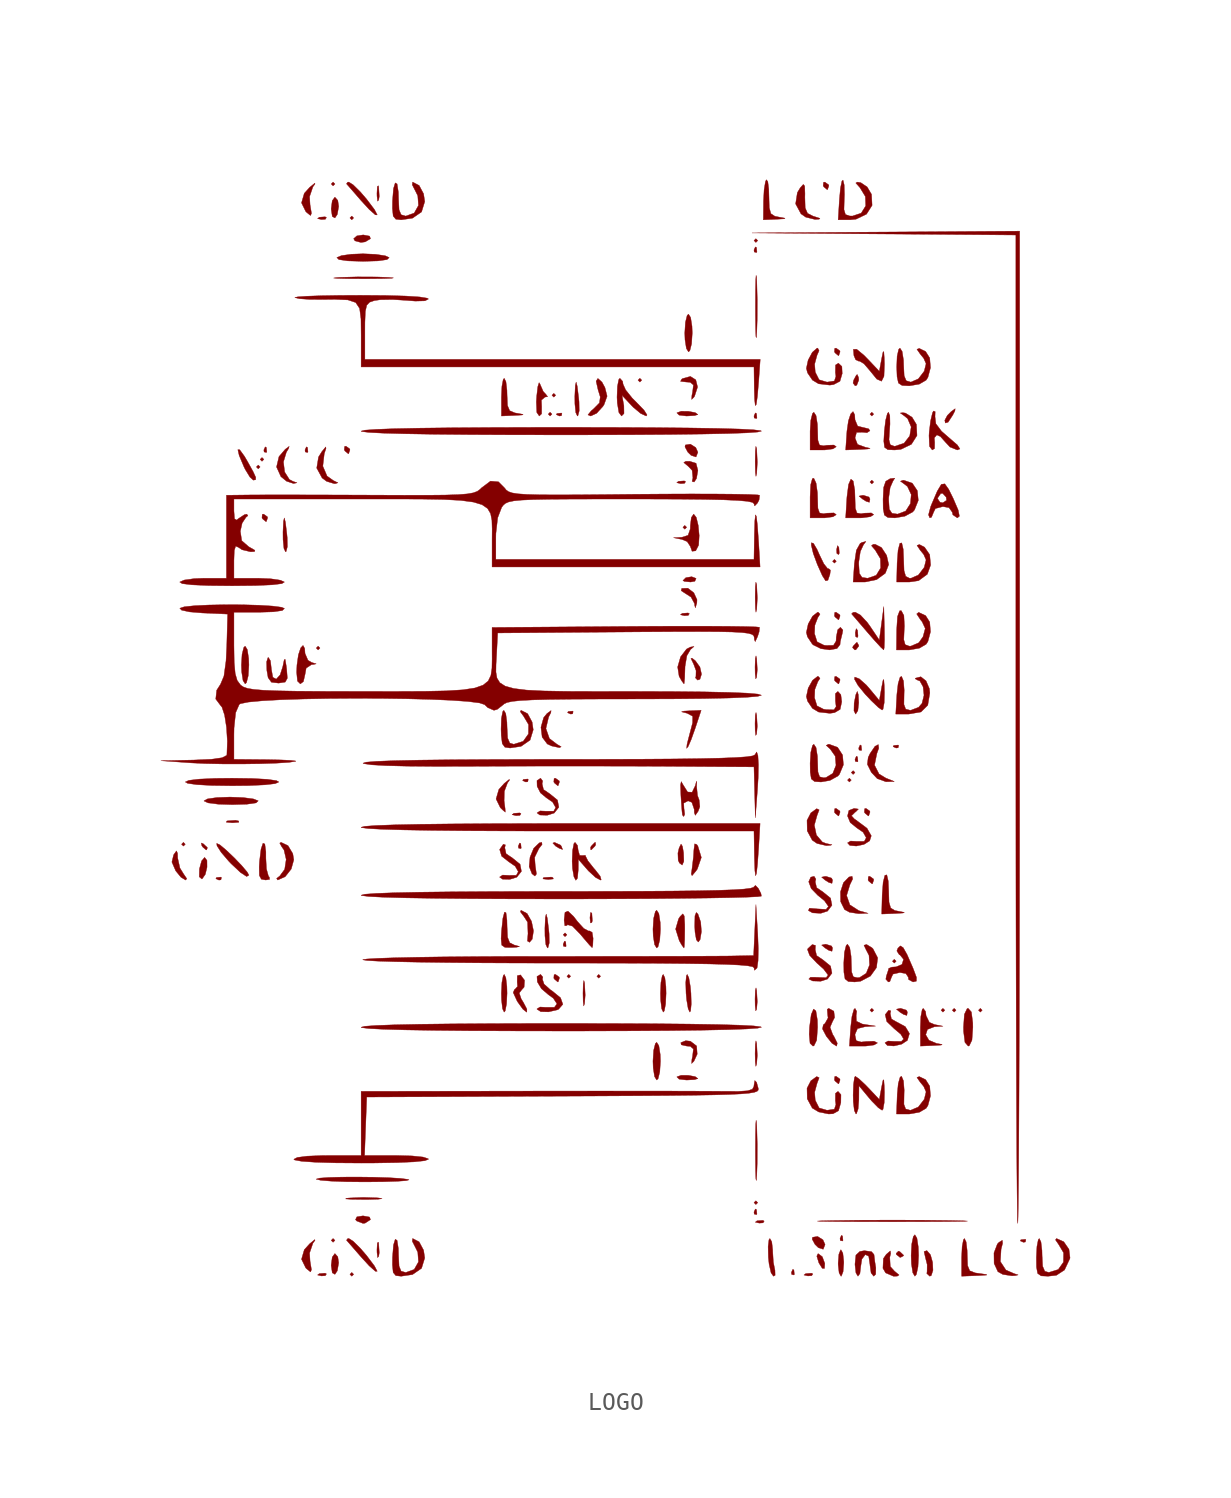
<source format=kicad_sym>
(kicad_symbol_lib
  (version 20211014)
  (generator kicad_symbol_editor)
  (symbol "LOGO"
    (pin_names
      (offset 1.016))
    (property "Reference" "#G"
      (at 0 37.572 0)
      (effects (font (size 1.27 1.27)) hide))
    (symbol "LOGO_0_0"
      (polyline (pts (xy -24.977 -6.937) (xy -25.082 -6.83) (xy -25.188 -6.937) (xy -25.082 -7.044) (xy -24.977 -6.937)) (stroke (width 0.01) (type default) (color 0 0 0 0)) (fill (type outline)))
      (polyline (pts (xy -20.743 14.408) (xy -20.849 14.514) (xy -20.955 14.408) (xy -20.849 14.301) (xy -20.743 14.408)) (stroke (width 0.01) (type default) (color 0 0 0 0)) (fill (type outline)))
      (polyline (pts (xy -20.532 14.835) (xy -20.637 14.941) (xy -20.743 14.835) (xy -20.637 14.728) (xy -20.532 14.835)) (stroke (width 0.01) (type default) (color 0 0 0 0)) (fill (type outline)))
      (polyline (pts (xy -17.357 4.162) (xy -17.462 4.269) (xy -17.568 4.162) (xy -17.462 4.056) (xy -17.357 4.162)) (stroke (width 0.01) (type default) (color 0 0 0 0)) (fill (type outline)))
      (polyline (pts (xy -16.51 -29.349) (xy -16.616 -29.242) (xy -16.722 -29.349) (xy -16.616 -29.455) (xy -16.51 -29.349)) (stroke (width 0.01) (type default) (color 0 0 0 0)) (fill (type outline)))
      (polyline (pts (xy -16.51 30.416) (xy -16.616 30.523) (xy -16.722 30.416) (xy -16.616 30.309) (xy -16.51 30.416)) (stroke (width 0.01) (type default) (color 0 0 0 0)) (fill (type outline)))
      (polyline (pts (xy -15.452 -31.27) (xy -15.557 -31.163) (xy -15.663 -31.27) (xy -15.557 -31.376) (xy -15.452 -31.27)) (stroke (width 0.01) (type default) (color 0 0 0 0)) (fill (type outline)))
      (polyline (pts (xy -15.452 28.495) (xy -15.557 28.602) (xy -15.663 28.495) (xy -15.557 28.388) (xy -15.452 28.495)) (stroke (width 0.01) (type default) (color 0 0 0 0)) (fill (type outline)))
      (polyline (pts (xy -4.233 17.396) (xy -4.339 17.503) (xy -4.445 17.396) (xy -4.339 17.289) (xy -4.233 17.396)) (stroke (width 0.01) (type default) (color 0 0 0 0)) (fill (type outline)))
      (polyline (pts (xy -4.022 18.463) (xy -4.128 18.57) (xy -4.233 18.463) (xy -4.128 18.356) (xy -4.022 18.463)) (stroke (width 0.01) (type default) (color 0 0 0 0)) (fill (type outline)))
      (polyline (pts (xy -3.387 -12.06) (xy -3.493 -11.953) (xy -3.598 -12.06) (xy -3.493 -12.166) (xy -3.387 -12.06)) (stroke (width 0.01) (type default) (color 0 0 0 0)) (fill (type outline)))
      (polyline (pts (xy -3.175 -14.408) (xy -3.281 -14.301) (xy -3.387 -14.408) (xy -3.281 -14.514) (xy -3.175 -14.408)) (stroke (width 0.01) (type default) (color 0 0 0 0)) (fill (type outline)))
      (polyline (pts (xy -1.482 -14.408) (xy -1.587 -14.301) (xy -1.693 -14.408) (xy -1.587 -14.514) (xy -1.482 -14.408)) (stroke (width 0.01) (type default) (color 0 0 0 0)) (fill (type outline)))
      (polyline (pts (xy 0.847 19.317) (xy 0.741 19.424) (xy 0.635 19.317) (xy 0.741 19.21) (xy 0.847 19.317)) (stroke (width 0.01) (type default) (color 0 0 0 0)) (fill (type outline)))
      (polyline (pts (xy 3.387 10.992) (xy 3.281 11.099) (xy 3.175 10.992) (xy 3.281 10.886) (xy 3.387 10.992)) (stroke (width 0.01) (type default) (color 0 0 0 0)) (fill (type outline)))
      (polyline (pts (xy 7.408 -27.214) (xy 7.303 -27.108) (xy 7.197 -27.214) (xy 7.303 -27.321) (xy 7.408 -27.214)) (stroke (width 0.01) (type default) (color 0 0 0 0)) (fill (type outline)))
      (polyline (pts (xy 7.408 27.214) (xy 7.303 27.321) (xy 7.197 27.214) (xy 7.303 27.108) (xy 7.408 27.214)) (stroke (width 0.01) (type default) (color 0 0 0 0)) (fill (type outline)))
      (polyline (pts (xy 11.853 9.072) (xy 11.748 9.178) (xy 11.642 9.072) (xy 11.748 8.965) (xy 11.853 9.072)) (stroke (width 0.01) (type default) (color 0 0 0 0)) (fill (type outline)))
      (polyline (pts (xy 12.7 -3.308) (xy 12.594 -3.202) (xy 12.488 -3.308) (xy 12.594 -3.415) (xy 12.7 -3.308)) (stroke (width 0.01) (type default) (color 0 0 0 0)) (fill (type outline)))
      (polyline (pts (xy 12.912 -2.881) (xy 12.806 -2.775) (xy 12.7 -2.881) (xy 12.806 -2.988) (xy 12.912 -2.881)) (stroke (width 0.01) (type default) (color 0 0 0 0)) (fill (type outline)))
      (polyline (pts (xy 13.97 -16.328) (xy 13.864 -16.222) (xy 13.758 -16.328) (xy 13.864 -16.435) (xy 13.97 -16.328)) (stroke (width 0.01) (type default) (color 0 0 0 0)) (fill (type outline)))
      (polyline (pts (xy 13.97 13.554) (xy 13.864 13.661) (xy 13.758 13.554) (xy 13.864 13.447) (xy 13.97 13.554)) (stroke (width 0.01) (type default) (color 0 0 0 0)) (fill (type outline)))
      (polyline (pts (xy 13.97 17.396) (xy 13.864 17.503) (xy 13.758 17.396) (xy 13.864 17.289) (xy 13.97 17.396)) (stroke (width 0.01) (type default) (color 0 0 0 0)) (fill (type outline)))
      (polyline (pts (xy 15.24 -13.554) (xy 15.134 -13.447) (xy 15.028 -13.554) (xy 15.134 -13.661) (xy 15.24 -13.554)) (stroke (width 0.01) (type default) (color 0 0 0 0)) (fill (type outline)))
      (polyline (pts (xy 17.992 -16.328) (xy 17.886 -16.222) (xy 17.78 -16.328) (xy 17.886 -16.435) (xy 17.992 -16.328)) (stroke (width 0.01) (type default) (color 0 0 0 0)) (fill (type outline)))
      (polyline (pts (xy 18.627 -16.328) (xy 18.521 -16.222) (xy 18.415 -16.328) (xy 18.521 -16.435) (xy 18.627 -16.328)) (stroke (width 0.01) (type default) (color 0 0 0 0)) (fill (type outline)))
      (polyline (pts (xy 20.108 -16.328) (xy 20.003 -16.222) (xy 19.897 -16.328) (xy 20.003 -16.435) (xy 20.108 -16.328)) (stroke (width 0.01) (type default) (color 0 0 0 0)) (fill (type outline)))
      (polyline (pts (xy -22.96 -8.949) (xy -22.931 -8.822) (xy -22.962 -8.797) (xy -23.213 -8.822) (xy -23.246 -8.887) (xy -23.072 -8.965) (xy -22.96 -8.949)) (stroke (width 0.01) (type default) (color 0 0 0 0)) (fill (type outline)))
      (polyline (pts (xy -20.365 15.257) (xy -20.391 15.51) (xy -20.454 15.544) (xy -20.532 15.368) (xy -20.516 15.255) (xy -20.391 15.226) (xy -20.365 15.257)) (stroke (width 0.01) (type default) (color 0 0 0 0)) (fill (type outline)))
      (polyline (pts (xy -18.037 15.257) (xy -18.062 15.51) (xy -18.126 15.544) (xy -18.203 15.368) (xy -18.188 15.255) (xy -18.062 15.226) (xy -18.037 15.257)) (stroke (width 0.01) (type default) (color 0 0 0 0)) (fill (type outline)))
      (polyline (pts (xy -17.054 -31.345) (xy -16.991 -31.247) (xy -17.066 -31.205) (xy -17.396 -31.231) (xy -17.494 -31.308) (xy -17.268 -31.36) (xy -17.054 -31.345)) (stroke (width 0.01) (type default) (color 0 0 0 0)) (fill (type outline)))
      (polyline (pts (xy -17.054 28.42) (xy -16.991 28.517) (xy -17.066 28.559) (xy -17.396 28.534) (xy -17.494 28.457) (xy -17.268 28.405) (xy -17.054 28.42)) (stroke (width 0.01) (type default) (color 0 0 0 0)) (fill (type outline)))
      (polyline (pts (xy -6.047 -5.304) (xy -5.984 -5.207) (xy -6.059 -5.165) (xy -6.39 -5.19) (xy -6.488 -5.267) (xy -6.262 -5.319) (xy -6.047 -5.304)) (stroke (width 0.01) (type default) (color 0 0 0 0)) (fill (type outline)))
      (polyline (pts (xy -5.972 -7.155) (xy -5.997 -6.901) (xy -6.061 -6.868) (xy -6.138 -7.044) (xy -6.123 -7.157) (xy -5.997 -7.186) (xy -5.972 -7.155)) (stroke (width 0.01) (type default) (color 0 0 0 0)) (fill (type outline)))
      (polyline (pts (xy -5.603 -3.4) (xy -5.574 -3.273) (xy -5.605 -3.247) (xy -5.856 -3.273) (xy -5.889 -3.337) (xy -5.715 -3.415) (xy -5.603 -3.4)) (stroke (width 0.01) (type default) (color 0 0 0 0)) (fill (type outline)))
      (polyline (pts (xy -4.154 -8.901) (xy -4.18 -8.823) (xy -4.276 -8.795) (xy -4.71 -8.823) (xy -4.745 -8.897) (xy -4.445 -8.931) (xy -4.154 -8.901)) (stroke (width 0.01) (type default) (color 0 0 0 0)) (fill (type outline)))
      (polyline (pts (xy -3.698 17.305) (xy -3.669 17.431) (xy -3.7 17.457) (xy -3.951 17.431) (xy -3.984 17.367) (xy -3.81 17.289) (xy -3.698 17.305)) (stroke (width 0.01) (type default) (color 0 0 0 0)) (fill (type outline)))
      (polyline (pts (xy -3.432 -12.704) (xy -3.457 -12.451) (xy -3.521 -12.418) (xy -3.598 -12.593) (xy -3.583 -12.706) (xy -3.457 -12.736) (xy -3.432 -12.704)) (stroke (width 0.01) (type default) (color 0 0 0 0)) (fill (type outline)))
      (polyline (pts (xy -3.063 0.442) (xy -3.034 0.569) (xy -3.065 0.595) (xy -3.316 0.569) (xy -3.349 0.505) (xy -3.175 0.427) (xy -3.063 0.442)) (stroke (width 0.01) (type default) (color 0 0 0 0)) (fill (type outline)))
      (polyline (pts (xy -1.976 -11.366) (xy -1.948 -11.269) (xy -1.976 -10.832) (xy -2.05 -10.796) (xy -2.083 -11.099) (xy -2.054 -11.393) (xy -1.976 -11.366)) (stroke (width 0.01) (type default) (color 0 0 0 0)) (fill (type outline)))
      (polyline (pts (xy 3.266 13.479) (xy 3.329 13.576) (xy 3.254 13.618) (xy 2.924 13.593) (xy 2.826 13.516) (xy 3.051 13.464) (xy 3.266 13.479)) (stroke (width 0.01) (type default) (color 0 0 0 0)) (fill (type outline)))
      (polyline (pts (xy 3.478 6.008) (xy 3.541 6.106) (xy 3.466 6.148) (xy 3.135 6.122) (xy 3.037 6.045) (xy 3.263 5.993) (xy 3.478 6.008)) (stroke (width 0.01) (type default) (color 0 0 0 0)) (fill (type outline)))
      (polyline (pts (xy 7.363 -27.859) (xy 7.338 -27.606) (xy 7.274 -27.572) (xy 7.197 -27.748) (xy 7.212 -27.861) (xy 7.338 -27.89) (xy 7.363 -27.859)) (stroke (width 0.01) (type default) (color 0 0 0 0)) (fill (type outline)))
      (polyline (pts (xy 7.363 17.178) (xy 7.338 17.431) (xy 7.274 17.465) (xy 7.197 17.289) (xy 7.212 17.176) (xy 7.338 17.147) (xy 7.363 17.178)) (stroke (width 0.01) (type default) (color 0 0 0 0)) (fill (type outline)))
      (polyline (pts (xy 7.363 26.57) (xy 7.338 26.823) (xy 7.274 26.856) (xy 7.197 26.681) (xy 7.212 26.568) (xy 7.338 26.538) (xy 7.363 26.57)) (stroke (width 0.01) (type default) (color 0 0 0 0)) (fill (type outline)))
      (polyline (pts (xy 7.711 -28.356) (xy 7.774 -28.259) (xy 7.699 -28.217) (xy 7.369 -28.242) (xy 7.271 -28.319) (xy 7.497 -28.371) (xy 7.711 -28.356)) (stroke (width 0.01) (type default) (color 0 0 0 0)) (fill (type outline)))
      (polyline (pts (xy 9.48 -31.274) (xy 9.454 -31.021) (xy 9.391 -30.987) (xy 9.313 -31.163) (xy 9.329 -31.276) (xy 9.454 -31.305) (xy 9.48 -31.274)) (stroke (width 0.01) (type default) (color 0 0 0 0)) (fill (type outline)))
      (polyline (pts (xy 10.463 -31.345) (xy 10.526 -31.247) (xy 10.451 -31.205) (xy 10.12 -31.231) (xy 10.022 -31.308) (xy 10.248 -31.36) (xy 10.463 -31.345)) (stroke (width 0.01) (type default) (color 0 0 0 0)) (fill (type outline)))
      (polyline (pts (xy 12.023 9.525) (xy 11.998 9.858) (xy 11.922 9.957) (xy 11.87 9.73) (xy 11.885 9.513) (xy 11.981 9.449) (xy 12.023 9.525)) (stroke (width 0.01) (type default) (color 0 0 0 0)) (fill (type outline)))
      (polyline (pts (xy 12.231 -29.353) (xy 12.206 -29.1) (xy 12.142 -29.066) (xy 12.065 -29.242) (xy 12.08 -29.355) (xy 12.206 -29.384) (xy 12.231 -29.353)) (stroke (width 0.01) (type default) (color 0 0 0 0)) (fill (type outline)))
      (polyline (pts (xy 13.078 -2.245) (xy 13.053 -1.992) (xy 12.989 -1.959) (xy 12.912 -2.134) (xy 12.927 -2.247) (xy 13.053 -2.277) (xy 13.078 -2.245)) (stroke (width 0.01) (type default) (color 0 0 0 0)) (fill (type outline)))
      (polyline (pts (xy 13.082 4.829) (xy 13.056 5.163) (xy 12.98 5.261) (xy 12.928 5.034) (xy 12.943 4.817) (xy 13.04 4.754) (xy 13.082 4.829)) (stroke (width 0.01) (type default) (color 0 0 0 0)) (fill (type outline)))
      (polyline (pts (xy 13.29 -1.605) (xy 13.264 -1.352) (xy 13.201 -1.318) (xy 13.123 -1.494) (xy 13.139 -1.607) (xy 13.264 -1.636) (xy 13.29 -1.605)) (stroke (width 0.01) (type default) (color 0 0 0 0)) (fill (type outline)))
      (polyline (pts (xy 15.352 -1.479) (xy 15.381 -1.352) (xy 15.35 -1.326) (xy 15.099 -1.352) (xy 15.066 -1.416) (xy 15.24 -1.494) (xy 15.352 -1.479)) (stroke (width 0.01) (type default) (color 0 0 0 0)) (fill (type outline)))
      (polyline (pts (xy 22.549 -29.44) (xy 22.578 -29.313) (xy 22.547 -29.288) (xy 22.296 -29.313) (xy 22.262 -29.377) (xy 22.437 -29.455) (xy 22.549 -29.44)) (stroke (width 0.01) (type default) (color 0 0 0 0)) (fill (type outline)))
      (polyline (pts (xy -23.77 -7.255) (xy -23.724 -7.131) (xy -23.951 -6.917) (xy -24.069 -6.865) (xy -24.044 -7.011) (xy -23.979 -7.106) (xy -23.8 -7.257) (xy -23.77 -7.255)) (stroke (width 0.01) (type default) (color 0 0 0 0)) (fill (type outline)))
      (polyline (pts (xy -3.704 -7.044) (xy -3.749 -6.986) (xy -4.087 -6.833) (xy -4.184 -6.872) (xy -4.022 -7.044) (xy -3.83 -7.163) (xy -3.63 -7.236) (xy -3.704 -7.044)) (stroke (width 0.01) (type default) (color 0 0 0 0)) (fill (type outline)))
      (polyline (pts (xy 11.202 -30.652) (xy 11.061 -30.272) (xy 10.822 -30.096) (xy 10.751 -30.24) (xy 10.868 -30.622) (xy 11.06 -30.93) (xy 11.185 -30.936) (xy 11.202 -30.652)) (stroke (width 0.01) (type default) (color 0 0 0 0)) (fill (type outline)))
      (polyline (pts (xy -21.949 -5.693) (xy -21.956 -5.623) (xy -22.13 -5.584) (xy -22.591 -5.615) (xy -22.628 -5.626) (xy -22.659 -5.691) (xy -22.331 -5.721) (xy -22.281 -5.722) (xy -21.949 -5.693)) (stroke (width 0.01) (type default) (color 0 0 0 0)) (fill (type outline)))
      (polyline (pts (xy -20.392 11.318) (xy -20.32 11.526) (xy -20.329 11.585) (xy -20.544 11.739) (xy -20.621 11.723) (xy -20.637 11.526) (xy -20.594 11.462) (xy -20.413 11.313) (xy -20.392 11.318)) (stroke (width 0.01) (type default) (color 0 0 0 0)) (fill (type outline)))
      (polyline (pts (xy -15.736 15.16) (xy -15.663 15.368) (xy -15.672 15.427) (xy -15.887 15.582) (xy -15.964 15.565) (xy -15.981 15.368) (xy -15.937 15.304) (xy -15.757 15.155) (xy -15.736 15.16)) (stroke (width 0.01) (type default) (color 0 0 0 0)) (fill (type outline)))
      (polyline (pts (xy -14.806 -28.373) (xy -14.499 -28.175) (xy -14.555 -28.028) (xy -14.922 -27.961) (xy -15.27 -28.017) (xy -15.346 -28.175) (xy -15.278 -28.253) (xy -14.922 -28.388) (xy -14.806 -28.373)) (stroke (width 0.01) (type default) (color 0 0 0 0)) (fill (type outline)))
      (polyline (pts (xy -14.798 27.142) (xy -14.499 27.321) (xy -14.55 27.467) (xy -14.91 27.535) (xy -15.27 27.48) (xy -15.452 27.321) (xy -15.378 27.199) (xy -15.041 27.108) (xy -14.798 27.142)) (stroke (width 0.01) (type default) (color 0 0 0 0)) (fill (type outline)))
      (polyline (pts (xy -14.036 -30.256) (xy -14.003 -30.05) (xy -14.036 -29.509) (xy -14.056 -29.448) (xy -14.111 -29.494) (xy -14.133 -29.882) (xy -14.13 -30.027) (xy -14.097 -30.322) (xy -14.036 -30.256)) (stroke (width 0.01) (type default) (color 0 0 0 0)) (fill (type outline)))
      (polyline (pts (xy -14.036 29.509) (xy -14.003 29.715) (xy -14.036 30.256) (xy -14.056 30.317) (xy -14.111 30.271) (xy -14.133 29.882) (xy -14.13 29.738) (xy -14.097 29.442) (xy -14.036 29.509)) (stroke (width 0.01) (type default) (color 0 0 0 0)) (fill (type outline)))
      (polyline (pts (xy -3.882 -14.722) (xy -3.81 -14.514) (xy -3.819 -14.456) (xy -4.034 -14.301) (xy -4.111 -14.318) (xy -4.128 -14.514) (xy -4.084 -14.578) (xy -3.903 -14.728) (xy -3.882 -14.722)) (stroke (width 0.01) (type default) (color 0 0 0 0)) (fill (type outline)))
      (polyline (pts (xy -3.882 -3.623) (xy -3.81 -3.415) (xy -3.819 -3.357) (xy -4.034 -3.202) (xy -4.111 -3.218) (xy -4.128 -3.415) (xy -4.084 -3.479) (xy -3.903 -3.628) (xy -3.882 -3.623)) (stroke (width 0.01) (type default) (color 0 0 0 0)) (fill (type outline)))
      (polyline (pts (xy -2.388 -15.955) (xy -2.353 -15.47) (xy -2.388 -14.781) (xy -2.429 -14.644) (xy -2.463 -14.841) (xy -2.477 -15.368) (xy -2.466 -15.845) (xy -2.435 -16.087) (xy -2.388 -15.955)) (stroke (width 0.01) (type default) (color 0 0 0 0)) (fill (type outline)))
      (polyline (pts (xy -1.999 -7.247) (xy -1.799 -7.044) (xy -1.76 -6.968) (xy -1.774 -6.83) (xy -1.811 -6.84) (xy -2.011 -7.044) (xy -2.05 -7.119) (xy -2.036 -7.257) (xy -1.999 -7.247)) (stroke (width 0.01) (type default) (color 0 0 0 0)) (fill (type outline)))
      (polyline (pts (xy 3.852 7.941) (xy 3.921 8.102) (xy 3.92 8.104) (xy 3.675 8.197) (xy 3.342 8.143) (xy 3.175 7.981) (xy 3.26 7.932) (xy 3.611 7.897) (xy 3.852 7.941)) (stroke (width 0.01) (type default) (color 0 0 0 0)) (fill (type outline)))
      (polyline (pts (xy 4.022 15.239) (xy 3.902 15.506) (xy 3.598 15.697) (xy 3.314 15.651) (xy 3.293 15.544) (xy 3.452 15.247) (xy 3.64 15.063) (xy 3.917 14.972) (xy 4.022 15.239)) (stroke (width 0.01) (type default) (color 0 0 0 0)) (fill (type outline)))
      (polyline (pts (xy 7.346 -16.278) (xy 7.383 -15.842) (xy 7.348 -15.211) (xy 7.311 -15.062) (xy 7.273 -15.204) (xy 7.257 -15.688) (xy 7.264 -16.084) (xy 7.296 -16.364) (xy 7.346 -16.278)) (stroke (width 0.01) (type default) (color 0 0 0 0)) (fill (type outline)))
      (polyline (pts (xy 7.346 -0.697) (xy 7.383 -0.261) (xy 7.348 0.371) (xy 7.311 0.519) (xy 7.273 0.378) (xy 7.257 -0.107) (xy 7.264 -0.503) (xy 7.296 -0.782) (xy 7.346 -0.697)) (stroke (width 0.01) (type default) (color 0 0 0 0)) (fill (type outline)))
      (polyline (pts (xy 7.346 2.505) (xy 7.383 2.941) (xy 7.348 3.572) (xy 7.311 3.721) (xy 7.273 3.579) (xy 7.257 3.095) (xy 7.264 2.699) (xy 7.296 2.419) (xy 7.346 2.505)) (stroke (width 0.01) (type default) (color 0 0 0 0)) (fill (type outline)))
      (polyline (pts (xy 7.348 -19.37) (xy 7.384 -18.886) (xy 7.348 -18.196) (xy 7.307 -18.059) (xy 7.273 -18.256) (xy 7.26 -18.783) (xy 7.27 -19.26) (xy 7.302 -19.503) (xy 7.348 -19.37)) (stroke (width 0.01) (type default) (color 0 0 0 0)) (fill (type outline)))
      (polyline (pts (xy 11.218 -29.585) (xy 11.099 -29.317) (xy 10.795 -29.126) (xy 10.511 -29.173) (xy 10.489 -29.28) (xy 10.649 -29.577) (xy 10.837 -29.76) (xy 11.113 -29.851) (xy 11.218 -29.585)) (stroke (width 0.01) (type default) (color 0 0 0 0)) (fill (type outline)))
      (polyline (pts (xy 11.358 30.101) (xy 11.43 30.309) (xy 11.421 30.368) (xy 11.206 30.523) (xy 11.129 30.506) (xy 11.113 30.309) (xy 11.156 30.245) (xy 11.337 30.096) (xy 11.358 30.101)) (stroke (width 0.01) (type default) (color 0 0 0 0)) (fill (type outline)))
      (polyline (pts (xy 11.642 -12.807) (xy 11.585 -12.694) (xy 11.271 -12.597) (xy 11.224 -12.597) (xy 11.024 -12.641) (xy 11.218 -12.807) (xy 11.426 -12.938) (xy 11.609 -12.993) (xy 11.642 -12.807)) (stroke (width 0.01) (type default) (color 0 0 0 0)) (fill (type outline)))
      (polyline (pts (xy 11.642 -8.965) (xy 11.585 -8.852) (xy 11.271 -8.755) (xy 11.224 -8.755) (xy 11.024 -8.799) (xy 11.218 -8.965) (xy 11.426 -9.096) (xy 11.609 -9.151) (xy 11.642 -8.965)) (stroke (width 0.01) (type default) (color 0 0 0 0)) (fill (type outline)))
      (polyline (pts (xy 11.993 -20.485) (xy 12.065 -20.277) (xy 12.056 -20.219) (xy 11.841 -20.064) (xy 11.764 -20.081) (xy 11.748 -20.277) (xy 11.791 -20.341) (xy 11.972 -20.491) (xy 11.993 -20.485)) (stroke (width 0.01) (type default) (color 0 0 0 0)) (fill (type outline)))
      (polyline (pts (xy 11.993 -5.331) (xy 12.065 -5.123) (xy 12.056 -5.064) (xy 11.841 -4.909) (xy 11.764 -4.926) (xy 11.748 -5.123) (xy 11.791 -5.186) (xy 11.972 -5.336) (xy 11.993 -5.331)) (stroke (width 0.01) (type default) (color 0 0 0 0)) (fill (type outline)))
      (polyline (pts (xy 11.993 2.14) (xy 12.065 2.348) (xy 12.056 2.406) (xy 11.841 2.561) (xy 11.764 2.545) (xy 11.748 2.348) (xy 11.791 2.284) (xy 11.972 2.135) (xy 11.993 2.14)) (stroke (width 0.01) (type default) (color 0 0 0 0)) (fill (type outline)))
      (polyline (pts (xy 11.993 5.769) (xy 12.065 5.976) (xy 12.056 6.035) (xy 11.841 6.19) (xy 11.764 6.173) (xy 11.748 5.976) (xy 11.791 5.913) (xy 11.972 5.763) (xy 11.993 5.769)) (stroke (width 0.01) (type default) (color 0 0 0 0)) (fill (type outline)))
      (polyline (pts (xy 11.993 20.71) (xy 12.065 20.918) (xy 12.056 20.976) (xy 11.841 21.131) (xy 11.764 21.114) (xy 11.748 20.918) (xy 11.791 20.854) (xy 11.972 20.704) (xy 11.993 20.71)) (stroke (width 0.01) (type default) (color 0 0 0 0)) (fill (type outline)))
      (polyline (pts (xy 12.961 4.064) (xy 13.123 4.269) (xy 13.121 4.317) (xy 13.03 4.482) (xy 12.996 4.473) (xy 12.806 4.269) (xy 12.773 4.186) (xy 12.899 4.056) (xy 12.961 4.064)) (stroke (width 0.01) (type default) (color 0 0 0 0)) (fill (type outline)))
      (polyline (pts (xy 13.012 19.033) (xy 13.123 19.317) (xy 13.114 19.463) (xy 13.04 19.637) (xy 12.985 19.598) (xy 12.835 19.317) (xy 12.802 19.153) (xy 12.918 18.997) (xy 13.012 19.033)) (stroke (width 0.01) (type default) (color 0 0 0 0)) (fill (type outline)))
      (polyline (pts (xy 13.686 -5.331) (xy 13.758 -5.123) (xy 13.75 -5.064) (xy 13.534 -4.909) (xy 13.458 -4.926) (xy 13.441 -5.123) (xy 13.484 -5.186) (xy 13.665 -5.336) (xy 13.686 -5.331)) (stroke (width 0.01) (type default) (color 0 0 0 0)) (fill (type outline)))
      (polyline (pts (xy 13.758 12.593) (xy 13.702 12.706) (xy 13.388 12.803) (xy 13.34 12.803) (xy 13.14 12.759) (xy 13.335 12.593) (xy 13.543 12.462) (xy 13.726 12.407) (xy 13.758 12.593)) (stroke (width 0.01) (type default) (color 0 0 0 0)) (fill (type outline)))
      (polyline (pts (xy 13.898 -9.173) (xy 13.97 -8.965) (xy 13.961 -8.906) (xy 13.746 -8.751) (xy 13.669 -8.768) (xy 13.652 -8.965) (xy 13.696 -9.029) (xy 13.877 -9.178) (xy 13.898 -9.173)) (stroke (width 0.01) (type default) (color 0 0 0 0)) (fill (type outline)))
      (polyline (pts (xy 15.5 -30.307) (xy 15.663 -30.215) (xy 15.654 -30.181) (xy 15.452 -29.989) (xy 15.37 -29.956) (xy 15.24 -30.083) (xy 15.248 -30.145) (xy 15.452 -30.309) (xy 15.5 -30.307)) (stroke (width 0.01) (type default) (color 0 0 0 0)) (fill (type outline)))
      (polyline (pts (xy 15.875 -16.435) (xy 15.819 -16.323) (xy 15.505 -16.225) (xy 15.457 -16.226) (xy 15.257 -16.27) (xy 15.452 -16.435) (xy 15.659 -16.566) (xy 15.842 -16.622) (xy 15.875 -16.435)) (stroke (width 0.01) (type default) (color 0 0 0 0)) (fill (type outline)))
      (polyline (pts (xy 18.18 16.941) (xy 18.442 17.343) (xy 18.563 17.58) (xy 18.578 17.703) (xy 18.344 17.53) (xy 18.137 17.322) (xy 17.992 17.049) (xy 18.021 16.893) (xy 18.18 16.941)) (stroke (width 0.01) (type default) (color 0 0 0 0)) (fill (type outline)))
      (polyline (pts (xy 3.229 -7.902) (xy 3.212 -7.418) (xy 3.151 -7.061) (xy 3.071 -6.927) (xy 2.961 -7.151) (xy 2.894 -7.436) (xy 2.909 -7.844) (xy 2.978 -7.998) (xy 3.135 -8.117) (xy 3.229 -7.902)) (stroke (width 0.01) (type default) (color 0 0 0 0)) (fill (type outline)))
      (polyline (pts (xy -24.019 -8.891) (xy -23.845 -8.642) (xy -23.747 -8.234) (xy -23.751 -7.853) (xy -23.88 -7.684) (xy -23.884 -7.684) (xy -24.052 -7.878) (xy -24.176 -8.33) (xy -24.185 -8.781) (xy -24.041 -8.901) (xy -24.019 -8.891)) (stroke (width 0.01) (type default) (color 0 0 0 0)) (fill (type outline)))
      (polyline (pts (xy -16.376 -31.069) (xy -16.298 -30.617) (xy -16.349 -30.278) (xy -16.51 -30.096) (xy -16.516 -30.096) (xy -16.662 -30.294) (xy -16.722 -30.749) (xy -16.722 -30.771) (xy -16.66 -31.186) (xy -16.51 -31.27) (xy -16.376 -31.069)) (stroke (width 0.01) (type default) (color 0 0 0 0)) (fill (type outline)))
      (polyline (pts (xy -16.376 28.696) (xy -16.298 29.148) (xy -16.349 29.487) (xy -16.51 29.669) (xy -16.516 29.669) (xy -16.662 29.471) (xy -16.722 29.016) (xy -16.722 28.994) (xy -16.66 28.578) (xy -16.51 28.495) (xy -16.376 28.696)) (stroke (width 0.01) (type default) (color 0 0 0 0)) (fill (type outline)))
      (polyline (pts (xy 3.837 -20.253) (xy 4.022 -20.195) (xy 3.872 -20.085) (xy 3.489 -20.013) (xy 3.077 -20.01) (xy 2.84 -20.093) (xy 2.834 -20.103) (xy 2.961 -20.227) (xy 3.374 -20.277) (xy 3.391 -20.277) (xy 3.837 -20.253)) (stroke (width 0.01) (type default) (color 0 0 0 0)) (fill (type outline)))
      (polyline (pts (xy 3.837 17.314) (xy 4.022 17.371) (xy 3.872 17.481) (xy 3.489 17.553) (xy 3.077 17.557) (xy 2.84 17.474) (xy 2.834 17.463) (xy 2.961 17.34) (xy 3.374 17.289) (xy 3.391 17.289) (xy 3.837 17.314)) (stroke (width 0.01) (type default) (color 0 0 0 0)) (fill (type outline)))
      (polyline (pts (xy 4.148 -12.332) (xy 4.223 -11.884) (xy 4.181 -11.337) (xy 4.026 -10.886) (xy 3.932 -10.797) (xy 3.857 -10.988) (xy 3.844 -11.575) (xy 3.862 -11.914) (xy 3.938 -12.349) (xy 4.048 -12.47) (xy 4.148 -12.332)) (stroke (width 0.01) (type default) (color 0 0 0 0)) (fill (type outline)))
      (polyline (pts (xy 7.35 6.35) (xy 7.385 6.989) (xy 7.35 7.737) (xy 7.344 7.779) (xy 7.304 7.891) (xy 7.275 7.63) (xy 7.264 7.044) (xy 7.265 6.956) (xy 7.278 6.407) (xy 7.308 6.189) (xy 7.35 6.35)) (stroke (width 0.01) (type default) (color 0 0 0 0)) (fill (type outline)))
      (polyline (pts (xy 7.35 14.034) (xy 7.385 14.673) (xy 7.35 15.421) (xy 7.344 15.463) (xy 7.304 15.575) (xy 7.275 15.314) (xy 7.264 14.728) (xy 7.265 14.64) (xy 7.278 14.091) (xy 7.308 13.873) (xy 7.35 14.034)) (stroke (width 0.01) (type default) (color 0 0 0 0)) (fill (type outline)))
      (polyline (pts (xy -24.892 -8.886) (xy -25.067 -8.629) (xy -25.281 -8.284) (xy -25.407 -7.722) (xy -25.416 -7.45) (xy -25.476 -7.312) (xy -25.635 -7.535) (xy -25.734 -7.944) (xy -25.518 -8.443) (xy -25.222 -8.803) (xy -24.957 -8.965) (xy -24.892 -8.886)) (stroke (width 0.01) (type default) (color 0 0 0 0)) (fill (type outline)))
      (polyline (pts (xy -19.274 9.619) (xy -19.202 9.893) (xy -19.211 10.405) (xy -19.232 10.624) (xy -19.312 11.285) (xy -19.375 11.523) (xy -19.421 11.337) (xy -19.449 10.726) (xy -19.445 10.292) (xy -19.395 9.797) (xy -19.304 9.605) (xy -19.274 9.619)) (stroke (width 0.01) (type default) (color 0 0 0 0)) (fill (type outline)))
      (polyline (pts (xy -14.584 -27.033) (xy -14.049 -27.017) (xy -13.845 -26.989) (xy -14.017 -26.952) (xy -14.124 -26.942) (xy -14.911 -26.918) (xy -15.711 -26.951) (xy -15.868 -26.969) (xy -15.905 -27.002) (xy -15.576 -27.025) (xy -14.922 -27.034) (xy -14.584 -27.033)) (stroke (width 0.01) (type default) (color 0 0 0 0)) (fill (type outline)))
      (polyline (pts (xy -5.348 -12.305) (xy -5.277 -11.838) (xy -5.389 -11.3) (xy -5.639 -10.857) (xy -5.984 -10.672) (xy -6.018 -10.76) (xy -5.816 -11.027) (xy -5.611 -11.345) (xy -5.587 -11.998) (xy -5.62 -12.413) (xy -5.5 -12.485) (xy -5.348 -12.305)) (stroke (width 0.01) (type default) (color 0 0 0 0)) (fill (type outline)))
      (polyline (pts (xy -4.457 -12.793) (xy -4.385 -12.519) (xy -4.394 -12.006) (xy -4.415 -11.787) (xy -4.495 -11.127) (xy -4.559 -10.889) (xy -4.605 -11.075) (xy -4.632 -11.686) (xy -4.628 -12.12) (xy -4.578 -12.614) (xy -4.487 -12.807) (xy -4.457 -12.793)) (stroke (width 0.01) (type default) (color 0 0 0 0)) (fill (type outline)))
      (polyline (pts (xy -2.764 17.303) (xy -2.692 17.577) (xy -2.701 18.09) (xy -2.722 18.308) (xy -2.802 18.969) (xy -2.865 19.207) (xy -2.911 19.021) (xy -2.939 18.41) (xy -2.935 17.976) (xy -2.885 17.482) (xy -2.794 17.289) (xy -2.764 17.303)) (stroke (width 0.01) (type default) (color 0 0 0 0)) (fill (type outline)))
      (polyline (pts (xy 3.919 -8.444) (xy 3.992 -8.34) (xy 4.218 -7.686) (xy 4.022 -7.044) (xy 3.961 -6.955) (xy 3.841 -6.913) (xy 3.797 -7.257) (xy 3.771 -7.662) (xy 3.691 -8.324) (xy 3.648 -8.621) (xy 3.693 -8.715) (xy 3.919 -8.444)) (stroke (width 0.01) (type default) (color 0 0 0 0)) (fill (type outline)))
      (polyline (pts (xy 3.963 6.709) (xy 3.972 6.899) (xy 3.792 7.289) (xy 3.456 7.547) (xy 3.108 7.535) (xy 3.079 7.405) (xy 3.35 7.229) (xy 3.636 7.044) (xy 3.834 6.677) (xy 3.842 6.575) (xy 3.88 6.439) (xy 3.963 6.709)) (stroke (width 0.01) (type default) (color 0 0 0 0)) (fill (type outline)))
      (polyline (pts (xy 4.139 2.397) (xy 4.229 2.684) (xy 4.137 3.088) (xy 3.881 3.442) (xy 3.706 3.581) (xy 3.628 3.578) (xy 3.785 3.251) (xy 3.921 2.885) (xy 3.913 2.557) (xy 3.881 2.478) (xy 4.009 2.348) (xy 4.139 2.397)) (stroke (width 0.01) (type default) (color 0 0 0 0)) (fill (type outline)))
      (polyline (pts (xy 10.59 -18.341) (xy 10.744 -18.022) (xy 10.795 -17.289) (xy 10.783 -16.885) (xy 10.699 -16.367) (xy 10.569 -16.261) (xy 10.435 -16.569) (xy 10.339 -17.289) (xy 10.321 -17.694) (xy 10.368 -18.198) (xy 10.53 -18.356) (xy 10.59 -18.341)) (stroke (width 0.01) (type default) (color 0 0 0 0)) (fill (type outline)))
      (polyline (pts (xy -21.514 2.207) (xy -21.416 2.593) (xy -21.378 3.202) (xy -21.393 3.586) (xy -21.469 4.077) (xy -21.59 4.269) (xy -21.666 4.197) (xy -21.764 3.811) (xy -21.802 3.202) (xy -21.787 2.817) (xy -21.711 2.326) (xy -21.59 2.135) (xy -21.514 2.207)) (stroke (width 0.01) (type default) (color 0 0 0 0)) (fill (type outline)))
      (polyline (pts (xy -20.999 13.685) (xy -20.991 13.819) (xy -21.142 14.148) (xy -21.482 14.759) (xy -21.632 15.014) (xy -21.9 15.381) (xy -22.003 15.385) (xy -21.926 15.054) (xy -21.657 14.415) (xy -21.584 14.267) (xy -21.32 13.835) (xy -21.128 13.661) (xy -20.999 13.685)) (stroke (width 0.01) (type default) (color 0 0 0 0)) (fill (type outline)))
      (polyline (pts (xy -17.838 -31.009) (xy -17.918 -30.523) (xy -17.946 -30.064) (xy -17.757 -29.509) (xy -17.638 -29.347) (xy -17.649 -29.303) (xy -17.942 -29.542) (xy -18.244 -29.877) (xy -18.401 -30.415) (xy -18.161 -30.907) (xy -18.116 -30.952) (xy -17.892 -31.134) (xy -17.838 -31.009)) (stroke (width 0.01) (type default) (color 0 0 0 0)) (fill (type outline)))
      (polyline (pts (xy -17.838 28.756) (xy -17.918 29.241) (xy -17.946 29.701) (xy -17.757 30.255) (xy -17.638 30.418) (xy -17.649 30.462) (xy -17.942 30.223) (xy -18.244 29.888) (xy -18.401 29.349) (xy -18.161 28.858) (xy -18.116 28.813) (xy -17.892 28.631) (xy -17.838 28.756)) (stroke (width 0.01) (type default) (color 0 0 0 0)) (fill (type outline)))
      (polyline (pts (xy -14.073 26.065) (xy -13.563 26.138) (xy -13.441 26.254) (xy -13.665 26.355) (xy -14.203 26.436) (xy -14.922 26.467) (xy -15.579 26.442) (xy -16.14 26.364) (xy -16.404 26.254) (xy -16.287 26.139) (xy -15.782 26.066) (xy -14.922 26.04) (xy -14.073 26.065)) (stroke (width 0.01) (type default) (color 0 0 0 0)) (fill (type outline)))
      (polyline (pts (xy -6.878 -16.363) (xy -6.803 -15.977) (xy -6.773 -15.368) (xy -6.784 -14.984) (xy -6.841 -14.493) (xy -6.932 -14.301) (xy -6.989 -14.373) (xy -7.064 -14.759) (xy -7.095 -15.368) (xy -7.085 -15.752) (xy -7.029 -16.243) (xy -6.936 -16.435) (xy -6.878 -16.363)) (stroke (width 0.01) (type default) (color 0 0 0 0)) (fill (type outline)))
      (polyline (pts (xy -5.109 -8.623) (xy -5.18 -8.137) (xy -5.213 -7.677) (xy -4.97 -7.177) (xy -4.792 -6.952) (xy -4.811 -6.83) (xy -4.95 -6.86) (xy -5.265 -7.166) (xy -5.473 -7.669) (xy -5.522 -8.204) (xy -5.362 -8.609) (xy -5.198 -8.737) (xy -5.109 -8.623)) (stroke (width 0.01) (type default) (color 0 0 0 0)) (fill (type outline)))
      (polyline (pts (xy 1.77 -20.205) (xy 1.867 -19.819) (xy 1.905 -19.21) (xy 1.891 -18.826) (xy 1.814 -18.335) (xy 1.693 -18.143) (xy 1.617 -18.215) (xy 1.52 -18.601) (xy 1.482 -19.21) (xy 1.496 -19.595) (xy 1.573 -20.085) (xy 1.693 -20.277) (xy 1.77 -20.205)) (stroke (width 0.01) (type default) (color 0 0 0 0)) (fill (type outline)))
      (polyline (pts (xy 1.77 -12.735) (xy 1.867 -12.348) (xy 1.905 -11.739) (xy 1.891 -11.355) (xy 1.814 -10.864) (xy 1.693 -10.672) (xy 1.617 -10.744) (xy 1.52 -11.131) (xy 1.482 -11.739) (xy 1.496 -12.124) (xy 1.573 -12.615) (xy 1.693 -12.807) (xy 1.77 -12.735)) (stroke (width 0.01) (type default) (color 0 0 0 0)) (fill (type outline)))
      (polyline (pts (xy 2.123 -16.363) (xy 2.196 -15.977) (xy 2.224 -15.369) (xy 2.213 -14.985) (xy 2.155 -14.494) (xy 2.064 -14.302) (xy 2.007 -14.373) (xy 1.933 -14.759) (xy 1.905 -15.368) (xy 1.916 -15.752) (xy 1.974 -16.243) (xy 2.065 -16.435) (xy 2.123 -16.363)) (stroke (width 0.01) (type default) (color 0 0 0 0)) (fill (type outline)))
      (polyline (pts (xy 3.252 -12.734) (xy 3.273 -12.346) (xy 3.281 -11.736) (xy 3.279 -11.47) (xy 3.252 -11) (xy 3.171 -10.874) (xy 3.016 -11.029) (xy 2.933 -11.155) (xy 2.764 -11.736) (xy 2.971 -12.394) (xy 3.114 -12.645) (xy 3.235 -12.807) (xy 3.252 -12.734)) (stroke (width 0.01) (type default) (color 0 0 0 0)) (fill (type outline)))
      (polyline (pts (xy 3.569 20.99) (xy 3.666 21.376) (xy 3.704 21.985) (xy 3.69 22.369) (xy 3.613 22.86) (xy 3.493 23.052) (xy 3.416 22.98) (xy 3.319 22.594) (xy 3.281 21.985) (xy 3.295 21.601) (xy 3.372 21.11) (xy 3.493 20.918) (xy 3.569 20.99)) (stroke (width 0.01) (type default) (color 0 0 0 0)) (fill (type outline)))
      (polyline (pts (xy 3.611 -16.363) (xy 3.648 -15.976) (xy 3.631 -15.368) (xy 3.595 -14.984) (xy 3.511 -14.493) (xy 3.419 -14.301) (xy 3.374 -14.374) (xy 3.337 -14.76) (xy 3.354 -15.368) (xy 3.39 -15.752) (xy 3.474 -16.243) (xy 3.566 -16.435) (xy 3.611 -16.363)) (stroke (width 0.01) (type default) (color 0 0 0 0)) (fill (type outline)))
      (polyline (pts (xy 3.945 13.755) (xy 4.022 14.207) (xy 4.022 14.218) (xy 3.919 14.617) (xy 3.558 14.728) (xy 3.333 14.723) (xy 3.224 14.657) (xy 3.486 14.438) (xy 3.699 14.211) (xy 3.741 13.787) (xy 3.695 13.591) (xy 3.812 13.555) (xy 3.945 13.755)) (stroke (width 0.01) (type default) (color 0 0 0 0)) (fill (type outline)))
      (polyline (pts (xy 12.139 -31.37) (xy 12.237 -31.123) (xy 12.277 -30.629) (xy 12.275 -30.532) (xy 12.223 -30.07) (xy 12.118 -29.882) (xy 12.097 -29.889) (xy 11.999 -30.135) (xy 11.959 -30.629) (xy 11.96 -30.727) (xy 12.013 -31.189) (xy 12.118 -31.376) (xy 12.139 -31.37)) (stroke (width 0.01) (type default) (color 0 0 0 0)) (fill (type outline)))
      (polyline (pts (xy 12.95 0.427) (xy 13.073 0.618) (xy 13.123 1.067) (xy 13.123 1.074) (xy 13.099 1.522) (xy 13.041 1.708) (xy 13.04 1.708) (xy 12.955 1.516) (xy 12.867 1.067) (xy 12.864 1.05) (xy 12.853 0.609) (xy 12.948 0.427) (xy 12.95 0.427)) (stroke (width 0.01) (type default) (color 0 0 0 0)) (fill (type outline)))
      (polyline (pts (xy 15.301 -31.372) (xy 15.405 -31.306) (xy 15.142 -31.088) (xy 14.907 -30.825) (xy 14.879 -30.306) (xy 14.932 -30.084) (xy 14.909 -29.944) (xy 14.678 -30.144) (xy 14.518 -30.377) (xy 14.492 -30.926) (xy 14.645 -31.188) (xy 15.083 -31.376) (xy 15.301 -31.372)) (stroke (width 0.01) (type default) (color 0 0 0 0)) (fill (type outline)))
      (polyline (pts (xy 16.385 -31.272) (xy 16.475 -30.845) (xy 16.51 -30.203) (xy 16.491 -29.719) (xy 16.414 -29.221) (xy 16.298 -29.029) (xy 16.211 -29.133) (xy 16.121 -29.56) (xy 16.087 -30.203) (xy 16.105 -30.686) (xy 16.182 -31.183) (xy 16.298 -31.376) (xy 16.385 -31.272)) (stroke (width 0.01) (type default) (color 0 0 0 0)) (fill (type outline)))
      (polyline (pts (xy 17.227 -31.337) (xy 17.322 -31.04) (xy 17.301 -30.591) (xy 17.182 -30.165) (xy 16.985 -29.934) (xy 16.968 -29.928) (xy 16.818 -29.983) (xy 16.901 -30.344) (xy 16.995 -30.715) (xy 16.991 -31.11) (xy 16.975 -31.225) (xy 17.141 -31.376) (xy 17.227 -31.337)) (stroke (width 0.01) (type default) (color 0 0 0 0)) (fill (type outline)))
      (polyline (pts (xy 19.374 -18.341) (xy 19.528 -18.022) (xy 19.579 -17.289) (xy 19.575 -17.05) (xy 19.496 -16.429) (xy 19.315 -16.222) (xy 19.255 -16.237) (xy 19.101 -16.556) (xy 19.05 -17.289) (xy 19.054 -17.528) (xy 19.133 -18.149) (xy 19.315 -18.356) (xy 19.374 -18.341)) (stroke (width 0.01) (type default) (color 0 0 0 0)) (fill (type outline)))
      (polyline (pts (xy -21.378 -8.689) (xy -21.473 -8.515) (xy -21.782 -8.148) (xy -22.21 -7.702) (xy -22.655 -7.278) (xy -23.018 -6.973) (xy -23.2 -6.888) (xy -23.182 -7.025) (xy -22.945 -7.396) (xy -22.525 -7.888) (xy -22.389 -8.031) (xy -21.855 -8.534) (xy -21.505 -8.763) (xy -21.378 -8.689)) (stroke (width 0.01) (type default) (color 0 0 0 0)) (fill (type outline)))
      (polyline (pts (xy -14.527 25.057) (xy -13.755 25.065) (xy -13.3 25.082) (xy -13.199 25.104) (xy -13.485 25.131) (xy -14.14 25.155) (xy -15.226 25.16) (xy -16.237 25.132) (xy -16.427 25.12) (xy -16.586 25.095) (xy -16.367 25.075) (xy -15.802 25.061) (xy -14.922 25.056) (xy -14.527 25.057)) (stroke (width 0.01) (type default) (color 0 0 0 0)) (fill (type outline)))
      (polyline (pts (xy -14.275 -30.796) (xy -14.722 -30.203) (xy -15.077 -29.792) (xy -15.48 -29.395) (xy -15.724 -29.242) (xy -15.788 -29.247) (xy -15.857 -29.338) (xy -15.768 -29.439) (xy -15.46 -29.793) (xy -15.028 -30.29) (xy -14.573 -30.787) (xy -14.225 -31.095) (xy -14.118 -31.096) (xy -14.275 -30.796)) (stroke (width 0.01) (type default) (color 0 0 0 0)) (fill (type outline)))
      (polyline (pts (xy -14.275 28.969) (xy -14.722 29.562) (xy -15.077 29.972) (xy -15.48 30.369) (xy -15.724 30.523) (xy -15.788 30.518) (xy -15.857 30.426) (xy -15.768 30.325) (xy -15.46 29.972) (xy -15.028 29.474) (xy -14.573 28.978) (xy -14.225 28.67) (xy -14.118 28.669) (xy -14.275 28.969)) (stroke (width 0.01) (type default) (color 0 0 0 0)) (fill (type outline)))
      (polyline (pts (xy -6.873 -5.122) (xy -6.883 -4.929) (xy -6.94 -4.48) (xy -6.927 -3.943) (xy -6.748 -3.466) (xy -6.636 -3.313) (xy -6.644 -3.265) (xy -6.936 -3.502) (xy -7.237 -3.837) (xy -7.394 -4.375) (xy -7.154 -4.867) (xy -7.022 -4.996) (xy -6.873 -5.123) (xy -6.873 -5.122)) (stroke (width 0.01) (type default) (color 0 0 0 0)) (fill (type outline)))
      (polyline (pts (xy 3.8 -19.21) (xy 3.984 -18.811) (xy 3.95 -18.348) (xy 3.599 -18.081) (xy 3.331 -18.052) (xy 3.057 -18.163) (xy 3.085 -18.285) (xy 3.397 -18.356) (xy 3.595 -18.369) (xy 3.77 -18.521) (xy 3.721 -18.943) (xy 3.685 -19.107) (xy 3.67 -19.342) (xy 3.8 -19.21)) (stroke (width 0.01) (type default) (color 0 0 0 0)) (fill (type outline)))
      (polyline (pts (xy 7.353 -25.676) (xy 7.377 -25.015) (xy 7.382 -23.92) (xy 7.354 -22.901) (xy 7.342 -22.709) (xy 7.317 -22.549) (xy 7.297 -22.77) (xy 7.284 -23.339) (xy 7.279 -24.226) (xy 7.28 -24.625) (xy 7.288 -25.404) (xy 7.304 -25.862) (xy 7.327 -25.964) (xy 7.353 -25.676)) (stroke (width 0.01) (type default) (color 0 0 0 0)) (fill (type outline)))
      (polyline (pts (xy 7.354 22.038) (xy 7.377 22.711) (xy 7.382 23.869) (xy 7.354 24.92) (xy 7.34 25.131) (xy 7.316 25.251) (xy 7.297 24.993) (xy 7.284 24.391) (xy 7.28 23.479) (xy 7.281 22.986) (xy 7.29 22.225) (xy 7.306 21.791) (xy 7.328 21.718) (xy 7.354 22.038)) (stroke (width 0.01) (type default) (color 0 0 0 0)) (fill (type outline)))
      (polyline (pts (xy -21.48 -4.671) (xy -20.971 -4.598) (xy -20.849 -4.482) (xy -20.852 -4.479) (xy -21.126 -4.373) (xy -21.698 -4.298) (xy -22.449 -4.269) (xy -23.199 -4.297) (xy -23.723 -4.373) (xy -23.918 -4.482) (xy -23.916 -4.493) (xy -23.684 -4.598) (xy -23.123 -4.67) (xy -22.318 -4.696) (xy -21.48 -4.671)) (stroke (width 0.01) (type default) (color 0 0 0 0)) (fill (type outline)))
      (polyline (pts (xy -20.207 -8.926) (xy -20.222 -8.801) (xy -20.274 -8.737) (xy -20.385 -8.334) (xy -20.418 -7.737) (xy -20.419 -7.361) (xy -20.477 -6.925) (xy -20.58 -6.879) (xy -20.691 -7.209) (xy -20.776 -7.898) (xy -20.795 -8.222) (xy -20.786 -8.705) (xy -20.675 -8.916) (xy -20.426 -8.961) (xy -20.207 -8.926)) (stroke (width 0.01) (type default) (color 0 0 0 0)) (fill (type outline)))
      (polyline (pts (xy -16.475 13.466) (xy -16.342 13.512) (xy -16.6 13.638) (xy -16.957 13.892) (xy -17.196 14.452) (xy -17.115 15.155) (xy -17.016 15.457) (xy -17.031 15.54) (xy -17.25 15.274) (xy -17.438 14.972) (xy -17.541 14.345) (xy -17.236 13.783) (xy -16.978 13.592) (xy -16.548 13.462) (xy -16.475 13.466)) (stroke (width 0.01) (type default) (color 0 0 0 0)) (fill (type outline)))
      (polyline (pts (xy -4.818 17.414) (xy -4.816 17.823) (xy -4.831 18.188) (xy -4.628 18.36) (xy -4.478 18.385) (xy -4.579 18.52) (xy -4.726 18.676) (xy -4.913 19.103) (xy -4.962 19.177) (xy -5.033 18.946) (xy -5.096 18.41) (xy -5.116 18.089) (xy -5.09 17.492) (xy -4.951 17.289) (xy -4.818 17.414)) (stroke (width 0.01) (type default) (color 0 0 0 0)) (fill (type outline)))
      (polyline (pts (xy -3.709 -1.422) (xy -3.95 -1.281) (xy -4.377 -0.956) (xy -4.575 -0.39) (xy -4.422 0.259) (xy -4.297 0.506) (xy -4.282 0.627) (xy -4.516 0.454) (xy -4.702 0.226) (xy -4.855 -0.318) (xy -4.787 -0.878) (xy -4.498 -1.264) (xy -4.256 -1.377) (xy -3.81 -1.474) (xy -3.709 -1.422)) (stroke (width 0.01) (type default) (color 0 0 0 0)) (fill (type outline)))
      (polyline (pts (xy 3.8 18.356) (xy 3.837 18.415) (xy 4.005 18.929) (xy 3.904 19.336) (xy 3.6 19.529) (xy 3.156 19.407) (xy 3.111 19.377) (xy 3.04 19.251) (xy 3.357 19.213) (xy 3.59 19.197) (xy 3.771 19.045) (xy 3.721 18.623) (xy 3.685 18.46) (xy 3.67 18.225) (xy 3.8 18.356)) (stroke (width 0.01) (type default) (color 0 0 0 0)) (fill (type outline)))
      (polyline (pts (xy 8.392 -31.324) (xy 8.383 -31.039) (xy 8.38 -31.029) (xy 8.291 -30.576) (xy 8.255 -29.972) (xy 8.254 -29.889) (xy 8.202 -29.429) (xy 8.096 -29.242) (xy 8.044 -29.315) (xy 7.997 -29.701) (xy 8.011 -30.309) (xy 8.052 -30.693) (xy 8.163 -31.184) (xy 8.298 -31.376) (xy 8.392 -31.324)) (stroke (width 0.01) (type default) (color 0 0 0 0)) (fill (type outline)))
      (polyline (pts (xy 15.134 -3.388) (xy 14.653 -3.193) (xy 14.27 -2.96) (xy 14.015 -2.461) (xy 14.149 -1.801) (xy 14.255 -1.508) (xy 14.231 -1.298) (xy 14.042 -1.397) (xy 13.764 -1.805) (xy 13.659 -2.022) (xy 13.611 -2.416) (xy 13.838 -2.872) (xy 14.173 -3.227) (xy 14.663 -3.402) (xy 15.134 -3.388)) (stroke (width 0.01) (type default) (color 0 0 0 0)) (fill (type outline)))
      (polyline (pts (xy 15.202 -10.854) (xy 15.63 -10.828) (xy 15.705 -10.792) (xy 15.399 -10.733) (xy 15.164 -10.687) (xy 14.931 -10.545) (xy 14.835 -10.215) (xy 14.817 -9.578) (xy 14.792 -9.021) (xy 14.71 -8.669) (xy 14.602 -8.697) (xy 14.504 -9.083) (xy 14.449 -9.806) (xy 14.422 -10.886) (xy 15.202 -10.854)) (stroke (width 0.01) (type default) (color 0 0 0 0)) (fill (type outline)))
      (polyline (pts (xy -19.326 -8.773) (xy -18.983 -8.338) (xy -18.838 -7.818) (xy -18.895 -7.47) (xy -19.166 -7.017) (xy -19.558 -6.83) (xy -19.633 -6.872) (xy -19.516 -7.086) (xy -19.391 -7.263) (xy -19.268 -7.798) (xy -19.353 -8.357) (xy -19.632 -8.734) (xy -19.808 -8.871) (xy -19.753 -8.958) (xy -19.738 -8.958) (xy -19.326 -8.773)) (stroke (width 0.01) (type default) (color 0 0 0 0)) (fill (type outline)))
      (polyline (pts (xy -18.834 13.474) (xy -18.66 13.512) (xy -18.891 13.594) (xy -19.087 13.698) (xy -19.355 14.121) (xy -19.424 14.692) (xy -19.259 15.24) (xy -19.133 15.45) (xy -19.099 15.572) (xy -19.325 15.402) (xy -19.675 14.994) (xy -19.814 14.407) (xy -19.566 13.859) (xy -19.248 13.6) (xy -18.858 13.472) (xy -18.834 13.474)) (stroke (width 0.01) (type default) (color 0 0 0 0)) (fill (type outline)))
      (polyline (pts (xy -6.35 17.322) (xy -5.92 17.347) (xy -5.865 17.382) (xy -6.191 17.442) (xy -6.333 17.466) (xy -6.625 17.59) (xy -6.748 17.884) (xy -6.773 18.477) (xy -6.78 18.751) (xy -6.837 19.233) (xy -6.934 19.424) (xy -6.991 19.352) (xy -7.064 18.966) (xy -7.092 18.357) (xy -7.091 17.29) (xy -6.35 17.322)) (stroke (width 0.01) (type default) (color 0 0 0 0)) (fill (type outline)))
      (polyline (pts (xy -1.705 17.443) (xy -1.351 17.831) (xy -1.282 17.942) (xy -1.113 18.413) (xy -1.236 18.899) (xy -1.403 19.207) (xy -1.635 19.416) (xy -1.734 19.259) (xy -1.622 18.765) (xy -1.499 18.368) (xy -1.546 18.029) (xy -1.875 17.697) (xy -2.015 17.579) (xy -2.197 17.354) (xy -2.039 17.289) (xy -1.705 17.443)) (stroke (width 0.01) (type default) (color 0 0 0 0)) (fill (type outline)))
      (polyline (pts (xy 3.246 2.159) (xy 3.275 2.463) (xy 3.292 3.003) (xy 3.295 3.11) (xy 3.398 3.728) (xy 3.609 4.086) (xy 3.648 4.114) (xy 3.805 4.251) (xy 3.598 4.216) (xy 3.383 4.105) (xy 3.044 3.665) (xy 2.879 3.088) (xy 2.961 2.565) (xy 3.114 2.296) (xy 3.235 2.135) (xy 3.246 2.159)) (stroke (width 0.01) (type default) (color 0 0 0 0)) (fill (type outline)))
      (polyline (pts (xy 3.475 -1.405) (xy 3.646 -1.009) (xy 3.872 -0.373) (xy 4.208 0.64) (xy 3.533 0.611) (xy 3.234 0.594) (xy 3.099 0.554) (xy 3.352 0.487) (xy 3.409 0.476) (xy 3.729 0.304) (xy 3.724 -0.071) (xy 3.624 -0.451) (xy 3.463 -1.067) (xy 3.409 -1.292) (xy 3.387 -1.514) (xy 3.475 -1.405)) (stroke (width 0.01) (type default) (color 0 0 0 0)) (fill (type outline)))
      (polyline (pts (xy 8.467 28.421) (xy 8.897 28.446) (xy 8.952 28.481) (xy 8.625 28.541) (xy 8.376 28.591) (xy 8.152 28.737) (xy 8.061 29.074) (xy 8.043 29.719) (xy 8.032 30.129) (xy 7.978 30.554) (xy 7.895 30.657) (xy 7.844 30.544) (xy 7.77 30.091) (xy 7.736 29.448) (xy 7.726 28.389) (xy 8.467 28.421)) (stroke (width 0.01) (type default) (color 0 0 0 0)) (fill (type outline)))
      (polyline (pts (xy 11.38 7.998) (xy 11.491 8.325) (xy 11.523 8.566) (xy 11.433 8.646) (xy 11.361 8.659) (xy 11.145 8.932) (xy 10.896 9.446) (xy 10.768 9.735) (xy 10.562 10.084) (xy 10.443 10.119) (xy 10.44 9.976) (xy 10.553 9.507) (xy 10.781 8.891) (xy 11.065 8.256) (xy 11.252 7.963) (xy 11.38 7.998)) (stroke (width 0.01) (type default) (color 0 0 0 0)) (fill (type outline)))
      (polyline (pts (xy 11.532 -6.997) (xy 11.607 -6.965) (xy 11.272 -6.893) (xy 11.065 -6.813) (xy 10.728 -6.417) (xy 10.611 -5.859) (xy 10.766 -5.304) (xy 10.884 -4.991) (xy 10.744 -4.926) (xy 10.414 -5.165) (xy 10.198 -5.585) (xy 10.211 -6.185) (xy 10.493 -6.708) (xy 10.763 -6.893) (xy 11.286 -7.015) (xy 11.532 -6.997)) (stroke (width 0.01) (type default) (color 0 0 0 0)) (fill (type outline)))
      (polyline (pts (xy 13.652 -10.843) (xy 13.143 -10.699) (xy 13.134 -10.697) (xy 12.622 -10.367) (xy 12.437 -9.84) (xy 12.621 -9.232) (xy 12.78 -8.902) (xy 12.747 -8.751) (xy 12.571 -8.791) (xy 12.26 -9.111) (xy 12.091 -9.626) (xy 12.099 -10.183) (xy 12.319 -10.63) (xy 12.601 -10.786) (xy 13.113 -10.864) (xy 13.652 -10.843)) (stroke (width 0.01) (type default) (color 0 0 0 0)) (fill (type outline)))
      (polyline (pts (xy 21.978 -31.341) (xy 22.14 -31.302) (xy 21.907 -31.227) (xy 21.449 -31.026) (xy 21.134 -30.546) (xy 21.176 -29.85) (xy 21.262 -29.513) (xy 21.246 -29.343) (xy 21.051 -29.463) (xy 20.966 -29.554) (xy 20.774 -30.057) (xy 20.782 -30.655) (xy 20.997 -31.12) (xy 21.28 -31.276) (xy 21.791 -31.352) (xy 21.978 -31.341)) (stroke (width 0.01) (type default) (color 0 0 0 0)) (fill (type outline)))
      (polyline (pts (xy -21.381 -3.618) (xy -20.47 -3.576) (xy -19.889 -3.508) (xy -19.685 -3.415) (xy -19.82 -3.338) (xy -20.332 -3.265) (xy -21.185 -3.218) (xy -22.331 -3.202) (xy -23.28 -3.212) (xy -24.192 -3.254) (xy -24.773 -3.323) (xy -24.977 -3.415) (xy -24.842 -3.492) (xy -24.329 -3.565) (xy -23.477 -3.612) (xy -22.331 -3.628) (xy -21.381 -3.618)) (stroke (width 0.01) (type default) (color 0 0 0 0)) (fill (type outline)))
      (polyline (pts (xy -6.231 -12.762) (xy -6.066 -12.722) (xy -6.297 -12.656) (xy -6.353 -12.644) (xy -6.623 -12.511) (xy -6.745 -12.198) (xy -6.773 -11.582) (xy -6.781 -11.231) (xy -6.834 -10.808) (xy -6.918 -10.779) (xy -7.009 -11.125) (xy -7.084 -11.827) (xy -7.11 -12.282) (xy -7.074 -12.647) (xy -6.889 -12.775) (xy -6.485 -12.778) (xy -6.231 -12.762)) (stroke (width 0.01) (type default) (color 0 0 0 0)) (fill (type outline)))
      (polyline (pts (xy 10.883 28.425) (xy 10.93 28.471) (xy 10.583 28.583) (xy 10.537 28.597) (xy 10.225 28.756) (xy 10.093 29.065) (xy 10.075 29.661) (xy 10.079 29.863) (xy 10.064 30.301) (xy 9.985 30.391) (xy 9.81 30.194) (xy 9.651 29.927) (xy 9.552 29.291) (xy 9.858 28.724) (xy 10.127 28.538) (xy 10.651 28.41) (xy 10.883 28.425)) (stroke (width 0.01) (type default) (color 0 0 0 0)) (fill (type outline)))
      (polyline (pts (xy 13.176 11.526) (xy 13.319 11.529) (xy 13.783 11.592) (xy 13.97 11.71) (xy 13.834 11.806) (xy 13.441 11.792) (xy 13.25 11.761) (xy 13.021 11.804) (xy 12.929 12.071) (xy 12.912 12.662) (xy 12.898 13.091) (xy 12.811 13.608) (xy 12.68 13.718) (xy 12.547 13.417) (xy 12.455 12.7) (xy 12.383 11.525) (xy 13.176 11.526)) (stroke (width 0.01) (type default) (color 0 0 0 0)) (fill (type outline)))
      (polyline (pts (xy 19.791 -31.342) (xy 19.986 -31.334) (xy 20.364 -31.31) (xy 20.345 -31.277) (xy 19.95 -31.222) (xy 19.707 -31.187) (xy 19.403 -31.068) (xy 19.283 -30.778) (xy 19.262 -30.189) (xy 19.255 -29.915) (xy 19.198 -29.433) (xy 19.103 -29.242) (xy 19.046 -29.314) (xy 18.973 -29.7) (xy 18.944 -30.309) (xy 18.944 -31.376) (xy 19.791 -31.342)) (stroke (width 0.01) (type default) (color 0 0 0 0)) (fill (type outline)))
      (polyline (pts (xy -18.294 2.267) (xy -18.203 2.668) (xy -18.138 3.027) (xy -17.833 3.227) (xy -17.722 3.234) (xy -17.572 3.268) (xy -17.833 3.349) (xy -18.037 3.471) (xy -18.203 3.858) (xy -18.222 4.139) (xy -18.315 4.311) (xy -18.447 4.17) (xy -18.577 3.78) (xy -18.659 3.202) (xy -18.677 2.796) (xy -18.63 2.292) (xy -18.468 2.134) (xy -18.294 2.267)) (stroke (width 0.01) (type default) (color 0 0 0 0)) (fill (type outline)))
      (polyline (pts (xy 11.209 11.528) (xy 11.667 11.588) (xy 11.853 11.71) (xy 11.717 11.806) (xy 11.324 11.792) (xy 11.133 11.761) (xy 10.904 11.804) (xy 10.812 12.071) (xy 10.795 12.662) (xy 10.786 12.948) (xy 10.71 13.492) (xy 10.583 13.767) (xy 10.5 13.748) (xy 10.405 13.403) (xy 10.372 12.713) (xy 10.372 11.526) (xy 11.113 11.526) (xy 11.209 11.528)) (stroke (width 0.01) (type default) (color 0 0 0 0)) (fill (type outline)))
      (polyline (pts (xy 11.209 15.37) (xy 11.667 15.43) (xy 11.853 15.552) (xy 11.717 15.648) (xy 11.324 15.634) (xy 11.126 15.602) (xy 10.901 15.649) (xy 10.812 15.921) (xy 10.795 16.517) (xy 10.784 16.827) (xy 10.708 17.311) (xy 10.583 17.503) (xy 10.507 17.43) (xy 10.41 17.044) (xy 10.372 16.435) (xy 10.372 15.368) (xy 11.113 15.368) (xy 11.209 15.37)) (stroke (width 0.01) (type default) (color 0 0 0 0)) (fill (type outline)))
      (polyline (pts (xy 3.901 9.663) (xy 4.063 9.979) (xy 4.067 10.002) (xy 4.096 10.526) (xy 4.043 11.095) (xy 3.932 11.552) (xy 3.787 11.739) (xy 3.785 11.739) (xy 3.653 11.549) (xy 3.598 11.099) (xy 3.591 10.896) (xy 3.468 10.54) (xy 3.122 10.43) (xy 2.646 10.401) (xy 3.122 10.308) (xy 3.418 10.184) (xy 3.598 9.91) (xy 3.694 9.639) (xy 3.901 9.663)) (stroke (width 0.01) (type default) (color 0 0 0 0)) (fill (type outline)))
      (polyline (pts (xy 14.498 0.708) (xy 14.563 1.067) (xy 14.577 1.654) (xy 14.565 2.051) (xy 14.54 2.384) (xy 14.497 2.335) (xy 14.418 1.932) (xy 14.287 1.196) (xy 13.704 1.896) (xy 13.549 2.072) (xy 13.159 2.419) (xy 12.898 2.521) (xy 12.882 2.4) (xy 13.083 2.047) (xy 13.481 1.558) (xy 13.829 1.189) (xy 14.227 0.808) (xy 14.446 0.655) (xy 14.498 0.708)) (stroke (width 0.01) (type default) (color 0 0 0 0)) (fill (type outline)))
      (polyline (pts (xy 14.563 4.178) (xy 14.58 4.623) (xy 14.573 5.283) (xy 14.541 6.51) (xy 14.414 5.562) (xy 14.287 4.614) (xy 13.758 5.4) (xy 13.606 5.611) (xy 13.222 6.024) (xy 12.929 6.189) (xy 12.802 6.178) (xy 12.718 6.095) (xy 12.844 5.95) (xy 13.181 5.559) (xy 13.637 5.027) (xy 14.021 4.588) (xy 14.374 4.204) (xy 14.537 4.056) (xy 14.563 4.178)) (stroke (width 0.01) (type default) (color 0 0 0 0)) (fill (type outline)))
      (polyline (pts (xy 17.355 -18.324) (xy 17.786 -18.299) (xy 17.841 -18.263) (xy 17.515 -18.203) (xy 17.096 -18.026) (xy 16.912 -17.715) (xy 17.012 -17.414) (xy 17.41 -17.26) (xy 17.886 -17.231) (xy 17.41 -17.138) (xy 17.118 -17.014) (xy 16.933 -16.634) (xy 16.904 -16.4) (xy 16.77 -16.222) (xy 16.712 -16.294) (xy 16.637 -16.68) (xy 16.61 -17.289) (xy 16.613 -18.356) (xy 17.355 -18.324)) (stroke (width 0.01) (type default) (color 0 0 0 0)) (fill (type outline)))
      (polyline (pts (xy -14.723 -26.04) (xy -13.751 -26.029) (xy -12.976 -26.004) (xy -12.475 -25.968) (xy -12.322 -25.924) (xy -12.397 -25.895) (xy -12.809 -25.842) (xy -13.484 -25.802) (xy -14.324 -25.776) (xy -15.231 -25.765) (xy -16.107 -25.769) (xy -16.854 -25.789) (xy -17.373 -25.826) (xy -17.569 -25.88) (xy -17.565 -25.889) (xy -17.315 -25.948) (xy -16.733 -25.996) (xy -15.897 -26.029) (xy -14.887 -26.04) (xy -14.723 -26.04)) (stroke (width 0.01) (type default) (color 0 0 0 0)) (fill (type outline)))
      (polyline (pts (xy -6.221 -8.802) (xy -5.96 -8.471) (xy -6.037 -8.068) (xy -6.467 -7.718) (xy -6.829 -7.474) (xy -6.902 -7.134) (xy -6.867 -6.973) (xy -6.987 -6.939) (xy -7.192 -7.234) (xy -7.079 -7.614) (xy -6.668 -7.936) (xy -6.312 -8.181) (xy -6.138 -8.49) (xy -6.247 -8.695) (xy -6.668 -8.699) (xy -7.021 -8.682) (xy -7.197 -8.795) (xy -7.035 -8.913) (xy -6.615 -8.925) (xy -6.221 -8.802)) (stroke (width 0.01) (type default) (color 0 0 0 0)) (fill (type outline)))
      (polyline (pts (xy -1.923 -12.662) (xy -1.905 -12.261) (xy -1.959 -11.923) (xy -2.106 -11.839) (xy -2.15 -11.851) (xy -2.429 -11.705) (xy -2.781 -11.319) (xy -3.004 -11.029) (xy -3.325 -10.723) (xy -3.495 -10.791) (xy -3.545 -11.229) (xy -3.503 -11.551) (xy -3.393 -11.536) (xy -3.349 -11.49) (xy -3.075 -11.57) (xy -2.625 -12.031) (xy -2.44 -12.253) (xy -2.112 -12.634) (xy -1.958 -12.791) (xy -1.923 -12.662)) (stroke (width 0.01) (type default) (color 0 0 0 0)) (fill (type outline)))
      (polyline (pts (xy 11.872 -18.356) (xy 11.909 -18.192) (xy 11.727 -17.822) (xy 11.648 -17.695) (xy 11.5 -17.293) (xy 11.635 -16.977) (xy 11.758 -16.735) (xy 11.714 -16.381) (xy 11.424 -16.222) (xy 11.341 -16.276) (xy 11.362 -16.564) (xy 11.389 -16.762) (xy 11.213 -17.079) (xy 11.12 -17.151) (xy 11.072 -17.385) (xy 11.293 -17.804) (xy 11.294 -17.806) (xy 11.609 -18.195) (xy 11.863 -18.356) (xy 11.872 -18.356)) (stroke (width 0.01) (type default) (color 0 0 0 0)) (fill (type outline)))
      (polyline (pts (xy 14.551 19.537) (xy 14.577 20.224) (xy 14.566 20.578) (xy 14.541 20.933) (xy 14.497 20.907) (xy 14.418 20.528) (xy 14.287 19.818) (xy 13.666 20.474) (xy 13.419 20.726) (xy 13.006 21.067) (xy 12.819 21.06) (xy 12.85 20.707) (xy 12.951 20.473) (xy 13.131 20.389) (xy 13.166 20.398) (xy 13.421 20.244) (xy 13.757 19.853) (xy 14.143 19.379) (xy 14.412 19.258) (xy 14.551 19.537)) (stroke (width 0.01) (type default) (color 0 0 0 0)) (fill (type outline)))
      (polyline (pts (xy 16.489 -28.291) (xy 17.683 -28.286) (xy 18.559 -28.279) (xy 19.097 -28.269) (xy 19.275 -28.257) (xy 19.073 -28.243) (xy 18.468 -28.229) (xy 18.284 -28.225) (xy 16.692 -28.207) (xy 14.909 -28.202) (xy 13.14 -28.209) (xy 11.589 -28.229) (xy 10.991 -28.243) (xy 10.782 -28.257) (xy 10.953 -28.269) (xy 11.485 -28.279) (xy 12.356 -28.286) (xy 13.544 -28.291) (xy 15.028 -28.293) (xy 16.489 -28.291)) (stroke (width 0.01) (type default) (color 0 0 0 0)) (fill (type outline)))
      (polyline (pts (xy -5.655 -16.434) (xy -5.653 -16.262) (xy -5.852 -15.883) (xy -5.975 -15.683) (xy -6.085 -15.355) (xy -5.932 -15.158) (xy -5.809 -15.022) (xy -5.783 -14.643) (xy -5.791 -14.624) (xy -6.01 -14.329) (xy -6.193 -14.373) (xy -6.2 -14.728) (xy -6.179 -14.986) (xy -6.337 -15.155) (xy -6.353 -15.155) (xy -6.424 -15.329) (xy -6.21 -15.795) (xy -6.169 -15.864) (xy -5.876 -16.27) (xy -5.665 -16.435) (xy -5.655 -16.434)) (stroke (width 0.01) (type default) (color 0 0 0 0)) (fill (type outline)))
      (polyline (pts (xy -4.105 -5.173) (xy -3.844 -4.842) (xy -3.92 -4.439) (xy -4.35 -4.089) (xy -4.71 -3.845) (xy -4.79 -3.517) (xy -4.758 -3.358) (xy -4.875 -3.202) (xy -5.08 -3.335) (xy -5.071 -3.661) (xy -4.881 -4.033) (xy -4.551 -4.308) (xy -4.195 -4.552) (xy -4.022 -4.862) (xy -4.131 -5.066) (xy -4.551 -5.07) (xy -4.904 -5.053) (xy -5.08 -5.166) (xy -4.918 -5.284) (xy -4.498 -5.297) (xy -4.105 -5.173)) (stroke (width 0.01) (type default) (color 0 0 0 0)) (fill (type outline)))
      (polyline (pts (xy 13.229 15.4) (xy 13.646 15.424) (xy 13.765 15.463) (xy 13.494 15.521) (xy 13.055 15.683) (xy 12.912 16.047) (xy 12.999 16.364) (xy 13.335 16.373) (xy 13.59 16.346) (xy 13.758 16.455) (xy 13.679 16.568) (xy 13.335 16.649) (xy 13.061 16.719) (xy 12.912 17.076) (xy 12.893 17.361) (xy 12.801 17.541) (xy 12.668 17.406) (xy 12.539 17.017) (xy 12.456 16.435) (xy 12.383 15.368) (xy 13.229 15.4)) (stroke (width 0.01) (type default) (color 0 0 0 0)) (fill (type outline)))
      (polyline (pts (xy 15.548 -18.249) (xy 15.875 -18.036) (xy 15.993 -17.647) (xy 15.757 -17.255) (xy 15.206 -16.958) (xy 14.972 -16.824) (xy 14.905 -16.512) (xy 14.937 -16.364) (xy 14.814 -16.33) (xy 14.622 -16.575) (xy 14.709 -16.968) (xy 15.134 -17.376) (xy 15.503 -17.686) (xy 15.663 -17.959) (xy 15.537 -18.09) (xy 15.134 -18.091) (xy 14.781 -18.07) (xy 14.605 -18.172) (xy 14.742 -18.323) (xy 15.113 -18.35) (xy 15.548 -18.249)) (stroke (width 0.01) (type default) (color 0 0 0 0)) (fill (type outline)))
      (polyline (pts (xy -19.675 2.182) (xy -19.323 2.237) (xy -19.204 2.456) (xy -19.242 2.966) (xy -19.266 3.153) (xy -19.326 3.523) (xy -19.379 3.502) (xy -19.46 3.113) (xy -19.61 2.645) (xy -19.831 2.404) (xy -20.025 2.507) (xy -20.108 2.97) (xy -20.108 2.993) (xy -20.16 3.443) (xy -20.277 3.629) (xy -20.298 3.623) (xy -20.375 3.382) (xy -20.362 2.896) (xy -20.29 2.486) (xy -20.104 2.228) (xy -19.71 2.18) (xy -19.675 2.182)) (stroke (width 0.01) (type default) (color 0 0 0 0)) (fill (type outline)))
      (polyline (pts (xy -0.158 17.429) (xy -0.165 17.876) (xy -0.271 18.463) (xy 0.278 17.876) (xy 0.362 17.789) (xy 0.786 17.434) (xy 1.101 17.29) (xy 1.145 17.35) (xy 0.977 17.617) (xy 0.582 18.026) (xy 0.309 18.3) (xy -0.065 18.766) (xy -0.212 19.093) (xy -0.233 19.25) (xy -0.39 19.424) (xy -0.453 19.351) (xy -0.528 18.965) (xy -0.551 18.356) (xy -0.535 18.019) (xy -0.446 17.487) (xy -0.296 17.289) (xy -0.158 17.429)) (stroke (width 0.01) (type default) (color 0 0 0 0)) (fill (type outline)))
      (polyline (pts (xy 11.356 -14.564) (xy 11.608 -14.232) (xy 11.527 -13.828) (xy 11.101 -13.481) (xy 10.741 -13.237) (xy 10.662 -12.909) (xy 10.675 -12.661) (xy 10.493 -12.613) (xy 10.243 -12.845) (xy 10.224 -12.896) (xy 10.347 -13.227) (xy 10.759 -13.661) (xy 11.135 -13.999) (xy 11.39 -14.336) (xy 11.28 -14.488) (xy 10.806 -14.47) (xy 10.778 -14.466) (xy 10.392 -14.462) (xy 10.297 -14.565) (xy 10.518 -14.673) (xy 10.974 -14.687) (xy 11.356 -14.564)) (stroke (width 0.01) (type default) (color 0 0 0 0)) (fill (type outline)))
      (polyline (pts (xy 11.356 -10.722) (xy 11.608 -10.39) (xy 11.527 -9.986) (xy 11.101 -9.639) (xy 10.741 -9.395) (xy 10.662 -9.066) (xy 10.697 -8.908) (xy 10.599 -8.751) (xy 10.408 -8.8) (xy 10.293 -9.06) (xy 10.434 -9.442) (xy 10.805 -9.825) (xy 11.182 -10.133) (xy 11.41 -10.458) (xy 11.277 -10.623) (xy 10.784 -10.595) (xy 10.771 -10.593) (xy 10.335 -10.556) (xy 10.275 -10.688) (xy 10.509 -10.819) (xy 10.974 -10.845) (xy 11.356 -10.722)) (stroke (width 0.01) (type default) (color 0 0 0 0)) (fill (type outline)))
      (polyline (pts (xy 14.082 -31.267) (xy 14.09 -30.896) (xy 14.036 -30.567) (xy 13.986 -30.151) (xy 13.848 -29.988) (xy 13.441 -29.931) (xy 13.182 -29.976) (xy 12.963 -30.183) (xy 12.912 -30.676) (xy 12.912 -30.734) (xy 12.965 -31.189) (xy 13.079 -31.376) (xy 13.189 -31.227) (xy 13.238 -30.81) (xy 13.3 -30.41) (xy 13.494 -30.152) (xy 13.687 -30.241) (xy 13.758 -30.718) (xy 13.758 -30.741) (xy 13.822 -31.191) (xy 13.969 -31.376) (xy 14.082 -31.267)) (stroke (width 0.01) (type default) (color 0 0 0 0)) (fill (type outline)))
      (polyline (pts (xy 18.847 15.427) (xy 18.705 15.648) (xy 18.227 16.062) (xy 17.802 16.432) (xy 17.485 16.855) (xy 17.437 17.252) (xy 17.447 17.537) (xy 17.351 17.572) (xy 17.297 17.469) (xy 17.188 17.017) (xy 17.111 16.382) (xy 17.099 16.175) (xy 17.127 15.571) (xy 17.282 15.368) (xy 17.411 15.449) (xy 17.418 15.795) (xy 17.398 16.053) (xy 17.542 16.222) (xy 17.744 16.129) (xy 18.041 15.795) (xy 18.284 15.535) (xy 18.701 15.368) (xy 18.847 15.427)) (stroke (width 0.01) (type default) (color 0 0 0 0)) (fill (type outline)))
      (polyline (pts (xy -3.933 -16.306) (xy -3.86 -16.274) (xy -3.616 -15.993) (xy -3.747 -15.624) (xy -4.237 -15.225) (xy -4.316 -15.176) (xy -4.68 -14.849) (xy -4.773 -14.572) (xy -4.749 -14.453) (xy -4.875 -14.301) (xy -5.08 -14.417) (xy -5.059 -14.726) (xy -4.83 -15.108) (xy -4.441 -15.443) (xy -4.156 -15.649) (xy -3.949 -15.966) (xy -4.094 -16.164) (xy -4.576 -16.165) (xy -4.905 -16.146) (xy -5.08 -16.251) (xy -5.078 -16.273) (xy -4.867 -16.408) (xy -4.43 -16.421) (xy -3.933 -16.306)) (stroke (width 0.01) (type default) (color 0 0 0 0)) (fill (type outline)))
      (polyline (pts (xy 11.669 -22.185) (xy 11.976 -22.018) (xy 12.11 -21.558) (xy 12.117 -21.104) (xy 11.952 -20.918) (xy 11.806 -21.031) (xy 11.802 -21.451) (xy 11.832 -21.66) (xy 11.746 -21.925) (xy 11.353 -21.985) (xy 11.319 -21.985) (xy 10.882 -21.856) (xy 10.662 -21.419) (xy 10.627 -20.97) (xy 10.766 -20.459) (xy 10.884 -20.145) (xy 10.744 -20.081) (xy 10.414 -20.32) (xy 10.198 -20.74) (xy 10.211 -21.339) (xy 10.493 -21.863) (xy 10.857 -22.083) (xy 11.421 -22.198) (xy 11.669 -22.185)) (stroke (width 0.01) (type default) (color 0 0 0 0)) (fill (type outline)))
      (polyline (pts (xy 13.419 -6.947) (xy 13.74 -6.746) (xy 13.832 -6.46) (xy 13.591 -6.034) (xy 12.954 -5.558) (xy 12.881 -5.513) (xy 12.711 -5.329) (xy 12.912 -5.13) (xy 12.956 -5.099) (xy 13.104 -4.948) (xy 12.859 -4.912) (xy 12.567 -5.026) (xy 12.488 -5.339) (xy 12.645 -5.714) (xy 13.018 -6.015) (xy 13.373 -6.26) (xy 13.547 -6.569) (xy 13.438 -6.774) (xy 13.018 -6.778) (xy 12.664 -6.757) (xy 12.488 -6.86) (xy 12.619 -7.005) (xy 12.987 -7.039) (xy 13.419 -6.947)) (stroke (width 0.01) (type default) (color 0 0 0 0)) (fill (type outline)))
      (polyline (pts (xy 13.388 -18.356) (xy 13.531 -18.354) (xy 13.995 -18.293) (xy 14.182 -18.18) (xy 14.181 -18.175) (xy 13.989 -18.082) (xy 13.547 -18.097) (xy 13.262 -18.128) (xy 12.979 -18.05) (xy 12.912 -17.74) (xy 12.913 -17.688) (xy 13.052 -17.368) (xy 13.494 -17.257) (xy 14.076 -17.225) (xy 13.473 -17.134) (xy 13.316 -17.106) (xy 12.992 -16.948) (xy 12.977 -16.633) (xy 13.007 -16.392) (xy 12.912 -16.222) (xy 12.846 -16.294) (xy 12.74 -16.68) (xy 12.668 -17.289) (xy 12.594 -18.357) (xy 13.388 -18.356)) (stroke (width 0.01) (type default) (color 0 0 0 0)) (fill (type outline)))
      (polyline (pts (xy 16.508 7.973) (xy 17.004 8.338) (xy 17.19 8.859) (xy 17.137 9.445) (xy 16.846 9.869) (xy 16.556 10.019) (xy 16.419 9.968) (xy 16.601 9.697) (xy 16.798 9.456) (xy 16.933 9.149) (xy 16.828 8.726) (xy 16.497 8.294) (xy 16.079 8.111) (xy 15.984 8.116) (xy 15.779 8.221) (xy 15.686 8.545) (xy 15.663 9.191) (xy 15.639 9.751) (xy 15.557 10.11) (xy 15.449 10.088) (xy 15.35 9.703) (xy 15.295 8.977) (xy 15.269 7.897) (xy 15.983 7.897) (xy 16.508 7.973)) (stroke (width 0.01) (type default) (color 0 0 0 0)) (fill (type outline)))
      (polyline (pts (xy -5.983 -1.401) (xy -5.472 -1.047) (xy -5.292 -0.462) (xy -5.355 -0.025) (xy -5.611 0.451) (xy -5.984 0.64) (xy -6.025 0.563) (xy -5.836 0.305) (xy -5.556 -0.167) (xy -5.563 -0.698) (xy -5.858 -1.113) (xy -6.392 -1.281) (xy -6.62 -1.214) (xy -6.742 -0.928) (xy -6.773 -0.32) (xy -6.782 -0.033) (xy -6.846 0.45) (xy -6.954 0.64) (xy -7.017 0.569) (xy -7.092 0.183) (xy -7.112 -0.425) (xy -7.101 -0.782) (xy -7.043 -1.248) (xy -6.894 -1.449) (xy -6.601 -1.493) (xy -5.983 -1.401)) (stroke (width 0.01) (type default) (color 0 0 0 0)) (fill (type outline)))
      (polyline (pts (xy -2.79 -8.861) (xy -2.745 -8.378) (xy -2.738 -7.791) (xy -2.226 -8.378) (xy -2.157 -8.455) (xy -1.764 -8.817) (xy -1.483 -8.965) (xy -1.447 -8.952) (xy -1.503 -8.75) (xy -1.791 -8.38) (xy -1.872 -8.289) (xy -2.197 -7.878) (xy -2.328 -7.62) (xy -2.344 -7.565) (xy -2.54 -7.577) (xy -2.67 -7.565) (xy -2.752 -7.27) (xy -2.786 -7.01) (xy -2.927 -6.83) (xy -2.99 -6.902) (xy -3.066 -7.289) (xy -3.091 -7.897) (xy -3.069 -8.315) (xy -2.989 -8.778) (xy -2.883 -8.977) (xy -2.79 -8.861)) (stroke (width 0.01) (type default) (color 0 0 0 0)) (fill (type outline)))
      (polyline (pts (xy 11.708 19.07) (xy 12.059 19.255) (xy 12.187 19.69) (xy 12.169 20.092) (xy 11.974 20.277) (xy 11.81 20.174) (xy 11.802 19.744) (xy 11.832 19.535) (xy 11.746 19.27) (xy 11.353 19.21) (xy 11.319 19.21) (xy 10.882 19.339) (xy 10.662 19.776) (xy 10.627 20.225) (xy 10.766 20.736) (xy 10.878 20.986) (xy 10.804 21.131) (xy 10.761 21.125) (xy 10.495 20.891) (xy 10.261 20.451) (xy 10.16 19.986) (xy 10.227 19.729) (xy 10.504 19.321) (xy 10.852 19.112) (xy 11.487 19.038) (xy 11.708 19.07)) (stroke (width 0.01) (type default) (color 0 0 0 0)) (fill (type outline)))
      (polyline (pts (xy 11.758 0.508) (xy 12.07 0.692) (xy 12.161 1.121) (xy 12.11 1.524) (xy 11.943 1.708) (xy 11.803 1.583) (xy 11.805 1.157) (xy 11.844 0.852) (xy 11.723 0.668) (xy 11.299 0.677) (xy 11.136 0.701) (xy 10.762 0.891) (xy 10.621 1.347) (xy 10.64 1.823) (xy 10.806 2.254) (xy 10.932 2.451) (xy 10.828 2.561) (xy 10.794 2.558) (xy 10.511 2.337) (xy 10.265 1.897) (xy 10.16 1.417) (xy 10.227 1.159) (xy 10.504 0.751) (xy 10.852 0.542) (xy 11.492 0.469) (xy 11.758 0.508)) (stroke (width 0.01) (type default) (color 0 0 0 0)) (fill (type outline)))
      (polyline (pts (xy 12.614 28.388) (xy 12.969 28.424) (xy 13.562 28.709) (xy 13.878 29.206) (xy 13.845 29.833) (xy 13.601 30.246) (xy 13.24 30.49) (xy 13.046 30.523) (xy 12.957 30.472) (xy 13.191 30.21) (xy 13.498 29.707) (xy 13.518 29.177) (xy 13.263 28.767) (xy 12.767 28.602) (xy 12.612 28.606) (xy 12.371 28.689) (xy 12.287 28.967) (xy 12.303 29.555) (xy 12.314 29.825) (xy 12.299 30.364) (xy 12.233 30.637) (xy 12.171 30.576) (xy 12.092 30.198) (xy 12.033 29.577) (xy 11.959 28.388) (xy 12.614 28.388)) (stroke (width 0.01) (type default) (color 0 0 0 0)) (fill (type outline)))
      (polyline (pts (xy -12.123 -31.282) (xy -11.61 -30.929) (xy -11.43 -30.344) (xy -11.495 -29.904) (xy -11.748 -29.431) (xy -12.112 -29.242) (xy -12.115 -29.242) (xy -12.135 -29.397) (xy -11.949 -29.761) (xy -11.823 -30.017) (xy -11.784 -30.565) (xy -12.025 -30.991) (xy -12.496 -31.163) (xy -12.517 -31.163) (xy -12.768 -31.088) (xy -12.883 -30.804) (xy -12.912 -30.203) (xy -12.923 -29.807) (xy -12.995 -29.347) (xy -13.099 -29.286) (xy -13.198 -29.61) (xy -13.253 -30.309) (xy -13.258 -30.734) (xy -13.215 -31.164) (xy -13.067 -31.341) (xy -12.763 -31.376) (xy -12.123 -31.282)) (stroke (width 0.01) (type default) (color 0 0 0 0)) (fill (type outline)))
      (polyline (pts (xy -12.123 28.482) (xy -11.61 28.835) (xy -11.43 29.42) (xy -11.495 29.861) (xy -11.748 30.333) (xy -12.112 30.523) (xy -12.115 30.523) (xy -12.135 30.368) (xy -11.949 30.003) (xy -11.823 29.748) (xy -11.784 29.2) (xy -12.025 28.773) (xy -12.496 28.602) (xy -12.517 28.602) (xy -12.768 28.677) (xy -12.883 28.961) (xy -12.912 29.562) (xy -12.923 29.958) (xy -12.995 30.418) (xy -13.099 30.479) (xy -13.198 30.154) (xy -13.253 29.455) (xy -13.258 29.03) (xy -13.215 28.601) (xy -13.067 28.423) (xy -12.763 28.388) (xy -12.123 28.482)) (stroke (width 0.01) (type default) (color 0 0 0 0)) (fill (type outline)))
      (polyline (pts (xy 7.338 -8.588) (xy 7.397 -8.045) (xy 7.463 -7.097) (xy 7.541 -5.763) (xy -3.744 -5.763) (xy -5.011 -5.764) (xy -7.632 -5.771) (xy -9.866 -5.787) (xy -11.708 -5.809) (xy -13.151 -5.84) (xy -14.19 -5.878) (xy -14.818 -5.924) (xy -15.028 -5.976) (xy -14.997 -5.998) (xy -14.626 -6.048) (xy -13.841 -6.091) (xy -12.647 -6.126) (xy -11.051 -6.154) (xy -9.06 -6.174) (xy -6.679 -6.186) (xy -3.916 -6.19) (xy 7.197 -6.19) (xy 7.221 -7.631) (xy 7.223 -7.734) (xy 7.249 -8.438) (xy 7.288 -8.72) (xy 7.338 -8.588)) (stroke (width 0.01) (type default) (color 0 0 0 0)) (fill (type outline)))
      (polyline (pts (xy 12.993 -22.185) (xy 13.088 -21.913) (xy 13.129 -21.398) (xy 13.135 -20.598) (xy 13.711 -21.293) (xy 13.858 -21.464) (xy 14.224 -21.838) (xy 14.446 -21.987) (xy 14.497 -21.929) (xy 14.563 -21.562) (xy 14.577 -20.971) (xy 14.566 -20.617) (xy 14.541 -20.262) (xy 14.497 -20.288) (xy 14.418 -20.667) (xy 14.287 -21.377) (xy 13.666 -20.721) (xy 13.507 -20.556) (xy 13.131 -20.204) (xy 12.925 -20.064) (xy 12.882 -20.136) (xy 12.827 -20.522) (xy 12.806 -21.131) (xy 12.816 -21.515) (xy 12.874 -22.006) (xy 12.965 -22.198) (xy 12.993 -22.185)) (stroke (width 0.01) (type default) (color 0 0 0 0)) (fill (type outline)))
      (polyline (pts (xy 24.303 -31.324) (xy 24.764 -31.024) (xy 25.064 -30.385) (xy 25.076 -30.339) (xy 25.016 -29.852) (xy 24.721 -29.425) (xy 24.311 -29.242) (xy 24.254 -29.32) (xy 24.432 -29.577) (xy 24.712 -30.049) (xy 24.705 -30.58) (xy 24.411 -30.995) (xy 23.876 -31.163) (xy 23.648 -31.096) (xy 23.526 -30.81) (xy 23.495 -30.203) (xy 23.488 -29.916) (xy 23.431 -29.433) (xy 23.336 -29.242) (xy 23.279 -29.314) (xy 23.204 -29.7) (xy 23.173 -30.309) (xy 23.179 -30.859) (xy 23.245 -31.22) (xy 23.441 -31.356) (xy 23.835 -31.376) (xy 24.303 -31.324)) (stroke (width 0.01) (type default) (color 0 0 0 0)) (fill (type outline)))
      (polyline (pts (xy 3.278 -5.24) (xy 3.236 -4.909) (xy 3.221 -4.613) (xy 3.468 -4.482) (xy 3.682 -4.567) (xy 3.816 -4.963) (xy 3.822 -5.152) (xy 3.876 -5.301) (xy 4.04 -5.068) (xy 4.133 -4.812) (xy 4.093 -4.427) (xy 4.002 -4.183) (xy 3.951 -3.679) (xy 3.957 -3.515) (xy 3.945 -3.366) (xy 3.877 -3.625) (xy 3.697 -3.995) (xy 3.442 -3.982) (xy 3.186 -3.575) (xy 3.184 -3.572) (xy 3.081 -3.393) (xy 3.042 -3.58) (xy 3.061 -4.162) (xy 3.084 -4.544) (xy 3.123 -5.058) (xy 3.149 -5.283) (xy 3.222 -5.37) (xy 3.278 -5.24)) (stroke (width 0.01) (type default) (color 0 0 0 0)) (fill (type outline)))
      (polyline (pts (xy 11.893 4.134) (xy 12.065 4.358) (xy 12.077 4.518) (xy 12.194 4.998) (xy 12.226 5.18) (xy 12.088 5.336) (xy 11.932 5.196) (xy 11.853 4.788) (xy 11.841 4.554) (xy 11.694 4.316) (xy 11.271 4.308) (xy 11.152 4.325) (xy 10.768 4.513) (xy 10.621 4.976) (xy 10.64 5.452) (xy 10.806 5.883) (xy 10.932 6.08) (xy 10.828 6.19) (xy 10.794 6.186) (xy 10.511 5.965) (xy 10.265 5.526) (xy 10.16 5.045) (xy 10.222 4.798) (xy 10.493 4.391) (xy 10.55 4.339) (xy 10.981 4.127) (xy 11.48 4.058) (xy 11.893 4.134)) (stroke (width 0.01) (type default) (color 0 0 0 0)) (fill (type outline)))
      (polyline (pts (xy 13.231 -14.687) (xy 13.785 -14.395) (xy 14.127 -13.917) (xy 14.195 -13.364) (xy 13.928 -12.849) (xy 13.864 -12.789) (xy 13.567 -12.609) (xy 13.419 -12.651) (xy 13.536 -12.9) (xy 13.705 -13.225) (xy 13.736 -13.766) (xy 13.547 -14.238) (xy 13.176 -14.476) (xy 13.046 -14.49) (xy 12.817 -14.436) (xy 12.72 -14.163) (xy 12.7 -13.569) (xy 12.69 -13.268) (xy 12.614 -12.784) (xy 12.488 -12.593) (xy 12.412 -12.665) (xy 12.315 -13.052) (xy 12.277 -13.661) (xy 12.284 -14.176) (xy 12.347 -14.556) (xy 12.53 -14.703) (xy 12.896 -14.728) (xy 13.231 -14.687)) (stroke (width 0.01) (type default) (color 0 0 0 0)) (fill (type outline)))
      (polyline (pts (xy 13.479 7.897) (xy 14.136 8.033) (xy 14.626 8.393) (xy 14.817 8.887) (xy 14.701 9.405) (xy 14.41 9.847) (xy 14.053 10.032) (xy 13.941 10.029) (xy 13.843 9.952) (xy 14.061 9.697) (xy 14.348 9.219) (xy 14.364 8.692) (xy 14.112 8.278) (xy 13.63 8.111) (xy 13.309 8.159) (xy 13.157 8.389) (xy 13.123 8.922) (xy 13.126 9.035) (xy 13.213 9.622) (xy 13.388 10.002) (xy 13.402 10.017) (xy 13.529 10.192) (xy 13.302 10.136) (xy 13.203 10.079) (xy 12.989 9.695) (xy 12.878 8.949) (xy 12.806 7.897) (xy 13.479 7.897)) (stroke (width 0.01) (type default) (color 0 0 0 0)) (fill (type outline)))
      (polyline (pts (xy 15.986 -22.198) (xy 16.55 -22.101) (xy 16.934 -21.878) (xy 17.037 -21.718) (xy 17.182 -21.175) (xy 17.138 -20.622) (xy 16.907 -20.256) (xy 16.548 -20.081) (xy 16.415 -20.131) (xy 16.601 -20.399) (xy 16.798 -20.639) (xy 16.933 -20.947) (xy 16.831 -21.365) (xy 16.495 -21.801) (xy 16.063 -21.985) (xy 16.032 -21.985) (xy 15.778 -21.917) (xy 15.678 -21.652) (xy 15.687 -21.078) (xy 15.694 -20.848) (xy 15.654 -20.324) (xy 15.544 -20.064) (xy 15.462 -20.114) (xy 15.36 -20.475) (xy 15.302 -21.078) (xy 15.259 -22.198) (xy 15.964 -22.198) (xy 15.986 -22.198)) (stroke (width 0.01) (type default) (color 0 0 0 0)) (fill (type outline)))
      (polyline (pts (xy 15.986 4.056) (xy 16.55 4.153) (xy 16.934 4.376) (xy 17.037 4.536) (xy 17.182 5.079) (xy 17.138 5.632) (xy 16.907 5.997) (xy 16.514 6.182) (xy 16.401 6.092) (xy 16.617 5.762) (xy 16.706 5.657) (xy 16.886 5.27) (xy 16.76 4.802) (xy 16.522 4.464) (xy 16.07 4.269) (xy 15.975 4.271) (xy 15.75 4.354) (xy 15.671 4.635) (xy 15.696 5.227) (xy 15.707 5.405) (xy 15.676 6.007) (xy 15.528 6.279) (xy 15.438 6.268) (xy 15.317 5.946) (xy 15.27 5.214) (xy 15.256 4.056) (xy 15.963 4.056) (xy 15.986 4.056)) (stroke (width 0.01) (type default) (color 0 0 0 0)) (fill (type outline)))
      (polyline (pts (xy 11.492 -3.329) (xy 11.944 -3.08) (xy 12.033 -2.978) (xy 12.256 -2.443) (xy 12.208 -1.889) (xy 11.928 -1.456) (xy 11.453 -1.281) (xy 11.406 -1.282) (xy 11.282 -1.346) (xy 11.514 -1.558) (xy 11.793 -1.955) (xy 11.837 -2.471) (xy 11.655 -2.929) (xy 11.271 -3.163) (xy 11.14 -3.178) (xy 10.912 -3.123) (xy 10.815 -2.851) (xy 10.795 -2.256) (xy 10.785 -1.956) (xy 10.709 -1.472) (xy 10.583 -1.281) (xy 10.507 -1.353) (xy 10.41 -1.739) (xy 10.372 -2.348) (xy 10.379 -2.864) (xy 10.441 -3.243) (xy 10.624 -3.39) (xy 10.992 -3.415) (xy 11.492 -3.329)) (stroke (width 0.01) (type default) (color 0 0 0 0)) (fill (type outline)))
      (polyline (pts (xy 15.509 15.404) (xy 16.102 15.688) (xy 16.418 16.186) (xy 16.386 16.813) (xy 16.139 17.221) (xy 15.765 17.455) (xy 15.613 17.476) (xy 15.473 17.459) (xy 15.716 17.286) (xy 15.89 17.141) (xy 16.09 16.673) (xy 16.008 16.162) (xy 15.688 15.751) (xy 15.177 15.582) (xy 15.12 15.583) (xy 14.906 15.663) (xy 14.834 15.947) (xy 14.87 16.542) (xy 14.891 16.834) (xy 14.881 17.313) (xy 14.805 17.503) (xy 14.743 17.431) (xy 14.643 17.044) (xy 14.572 16.435) (xy 14.541 15.863) (xy 14.584 15.515) (xy 14.768 15.386) (xy 15.154 15.368) (xy 15.509 15.404)) (stroke (width 0.01) (type default) (color 0 0 0 0)) (fill (type outline)))
      (polyline (pts (xy 15.947 0.427) (xy 16.646 0.546) (xy 17.029 0.928) (xy 17.145 1.621) (xy 17.12 1.864) (xy 16.93 2.304) (xy 16.636 2.537) (xy 16.339 2.46) (xy 16.315 2.424) (xy 16.45 2.348) (xy 16.582 2.297) (xy 16.764 1.97) (xy 16.816 1.49) (xy 16.703 1.033) (xy 16.511 0.812) (xy 16.063 0.64) (xy 16.032 0.641) (xy 15.778 0.708) (xy 15.678 0.973) (xy 15.687 1.548) (xy 15.694 1.777) (xy 15.654 2.302) (xy 15.544 2.561) (xy 15.46 2.511) (xy 15.351 2.15) (xy 15.282 1.548) (xy 15.218 0.427) (xy 15.927 0.427) (xy 15.947 0.427)) (stroke (width 0.01) (type default) (color 0 0 0 0)) (fill (type outline)))
      (polyline (pts (xy 16.385 -14.682) (xy 16.389 -14.47) (xy 16.207 -13.983) (xy 16.177 -13.911) (xy 15.857 -13.177) (xy 15.637 -12.787) (xy 15.477 -12.686) (xy 15.338 -12.82) (xy 15.28 -12.972) (xy 15.414 -13.185) (xy 15.46 -13.204) (xy 15.659 -13.45) (xy 15.57 -13.736) (xy 15.24 -13.874) (xy 14.995 -13.89) (xy 14.817 -13.963) (xy 14.8 -14.05) (xy 14.688 -14.39) (xy 14.656 -14.571) (xy 14.794 -14.728) (xy 14.883 -14.705) (xy 14.975 -14.461) (xy 15.061 -14.284) (xy 15.452 -14.194) (xy 15.791 -14.255) (xy 15.928 -14.461) (xy 15.943 -14.59) (xy 16.195 -14.728) (xy 16.385 -14.682)) (stroke (width 0.01) (type default) (color 0 0 0 0)) (fill (type outline)))
      (polyline (pts (xy 16.548 19.092) (xy 16.934 19.317) (xy 17.037 19.477) (xy 17.182 20.02) (xy 17.138 20.573) (xy 16.907 20.939) (xy 16.548 21.114) (xy 16.415 21.064) (xy 16.601 20.796) (xy 16.798 20.556) (xy 16.933 20.248) (xy 16.828 19.825) (xy 16.497 19.393) (xy 16.079 19.21) (xy 16.058 19.21) (xy 15.807 19.285) (xy 15.692 19.569) (xy 15.663 20.171) (xy 15.654 20.458) (xy 15.579 20.94) (xy 15.456 21.131) (xy 15.382 21.059) (xy 15.295 20.672) (xy 15.271 20.064) (xy 15.292 19.512) (xy 15.37 19.152) (xy 15.575 19.017) (xy 15.983 18.997) (xy 15.987 18.997) (xy 16.548 19.092)) (stroke (width 0.01) (type default) (color 0 0 0 0)) (fill (type outline)))
      (polyline (pts (xy 18.818 11.621) (xy 18.748 11.971) (xy 18.465 12.629) (xy 18.214 13.138) (xy 17.992 13.451) (xy 17.796 13.424) (xy 17.565 13.036) (xy 17.391 12.631) (xy 17.573 12.631) (xy 17.758 12.9) (xy 17.869 12.916) (xy 18.069 12.699) (xy 18.093 12.521) (xy 17.879 12.38) (xy 17.718 12.411) (xy 17.573 12.631) (xy 17.391 12.631) (xy 17.236 12.271) (xy 17.189 12.15) (xy 17.07 11.698) (xy 17.142 11.526) (xy 17.241 11.562) (xy 17.357 11.846) (xy 17.46 12.055) (xy 17.886 12.166) (xy 18.231 12.104) (xy 18.415 11.846) (xy 18.448 11.698) (xy 18.702 11.526) (xy 18.818 11.621)) (stroke (width 0.01) (type default) (color 0 0 0 0)) (fill (type outline)))
      (polyline (pts (xy -2.399 -17.502) (xy 0.222 -17.494) (xy 2.457 -17.479) (xy 4.299 -17.456) (xy 5.743 -17.425) (xy 6.782 -17.387) (xy 7.409 -17.342) (xy 7.62 -17.289) (xy 7.577 -17.264) (xy 7.178 -17.215) (xy 6.364 -17.173) (xy 5.143 -17.138) (xy 3.519 -17.111) (xy 1.499 -17.091) (xy -0.911 -17.08) (xy -3.704 -17.076) (xy -5.009 -17.076) (xy -7.63 -17.084) (xy -9.865 -17.099) (xy -11.708 -17.122) (xy -13.151 -17.153) (xy -14.19 -17.191) (xy -14.818 -17.236) (xy -15.028 -17.289) (xy -14.986 -17.314) (xy -14.586 -17.363) (xy -13.773 -17.405) (xy -12.551 -17.44) (xy -10.927 -17.467) (xy -8.907 -17.487) (xy -6.497 -17.498) (xy -3.704 -17.503) (xy -2.399 -17.502)) (stroke (width 0.01) (type default) (color 0 0 0 0)) (fill (type outline)))
      (polyline (pts (xy -2.399 16.223) (xy 0.222 16.23) (xy 2.457 16.245) (xy 4.299 16.269) (xy 5.743 16.299) (xy 6.782 16.337) (xy 7.409 16.383) (xy 7.62 16.435) (xy 7.577 16.46) (xy 7.178 16.509) (xy 6.364 16.552) (xy 5.143 16.586) (xy 3.519 16.613) (xy 1.499 16.633) (xy -0.911 16.645) (xy -3.704 16.649) (xy -5.009 16.648) (xy -7.63 16.64) (xy -9.865 16.625) (xy -11.708 16.602) (xy -13.151 16.572) (xy -14.19 16.533) (xy -14.818 16.488) (xy -15.028 16.435) (xy -14.986 16.411) (xy -14.586 16.361) (xy -13.773 16.319) (xy -12.551 16.285) (xy -10.927 16.257) (xy -8.907 16.238) (xy -6.497 16.226) (xy -3.704 16.222) (xy -2.399 16.223)) (stroke (width 0.01) (type default) (color 0 0 0 0)) (fill (type outline)))
      (polyline (pts (xy 15.734 11.621) (xy 16.177 11.861) (xy 16.277 11.977) (xy 16.492 12.514) (xy 16.438 13.064) (xy 16.152 13.489) (xy 15.674 13.654) (xy 15.62 13.652) (xy 15.482 13.6) (xy 15.716 13.43) (xy 15.88 13.3) (xy 16.093 12.846) (xy 16.048 12.333) (xy 15.779 11.913) (xy 15.323 11.739) (xy 15.002 11.787) (xy 14.85 12.017) (xy 14.817 12.551) (xy 14.819 12.668) (xy 14.9 13.244) (xy 15.059 13.606) (xy 15.061 13.608) (xy 15.16 13.774) (xy 14.9 13.744) (xy 14.898 13.744) (xy 14.651 13.595) (xy 14.531 13.245) (xy 14.499 12.582) (xy 14.506 12.046) (xy 14.574 11.684) (xy 14.772 11.547) (xy 15.172 11.526) (xy 15.734 11.621)) (stroke (width 0.01) (type default) (color 0 0 0 0)) (fill (type outline)))
      (polyline (pts (xy 22.123 -28.366) (xy 22.136 -28.024) (xy 22.148 -27.288) (xy 22.16 -26.183) (xy 22.171 -24.733) (xy 22.181 -22.965) (xy 22.191 -20.903) (xy 22.199 -18.571) (xy 22.207 -15.995) (xy 22.213 -13.199) (xy 22.218 -10.209) (xy 22.222 -7.049) (xy 22.224 -3.744) (xy 22.225 -0.32) (xy 22.225 27.748) (xy 14.658 27.697) (xy 7.091 27.647) (xy 14.552 27.588) (xy 22.013 27.529) (xy 22.013 -0.43) (xy 22.013 -1.458) (xy 22.015 -4.843) (xy 22.017 -8.1) (xy 22.021 -11.205) (xy 22.027 -14.133) (xy 22.034 -16.858) (xy 22.041 -19.357) (xy 22.05 -21.603) (xy 22.06 -23.572) (xy 22.07 -25.239) (xy 22.082 -26.58) (xy 22.094 -27.568) (xy 22.106 -28.179) (xy 22.119 -28.388) (xy 22.123 -28.366)) (stroke (width 0.01) (type default) (color 0 0 0 0)) (fill (type outline)))
      (polyline (pts (xy -2.62 -10.031) (xy -0.536 -10.025) (xy 1.395 -10.015) (xy 3.135 -9.999) (xy 4.646 -9.98) (xy 5.888 -9.957) (xy 6.823 -9.931) (xy 7.412 -9.902) (xy 7.617 -9.872) (xy 7.587 -9.718) (xy 7.445 -9.438) (xy 7.28 -9.266) (xy 7.2 -9.338) (xy 7.178 -9.371) (xy 7.004 -9.427) (xy 6.63 -9.474) (xy 6.029 -9.513) (xy 5.173 -9.544) (xy 4.034 -9.568) (xy 2.583 -9.585) (xy 0.793 -9.597) (xy -1.364 -9.603) (xy -3.916 -9.605) (xy -5.019 -9.606) (xy -7.637 -9.613) (xy -9.869 -9.628) (xy -11.71 -9.651) (xy -13.152 -9.681) (xy -14.19 -9.72) (xy -14.818 -9.765) (xy -15.028 -9.819) (xy -14.986 -9.843) (xy -14.586 -9.893) (xy -13.773 -9.935) (xy -12.551 -9.969) (xy -10.927 -9.996) (xy -8.907 -10.016) (xy -6.497 -10.028) (xy -3.704 -10.032) (xy -2.62 -10.031)) (stroke (width 0.01) (type default) (color 0 0 0 0)) (fill (type outline)))
      (polyline (pts (xy 7.394 -3.842) (xy 7.433 -3.196) (xy 7.448 -2.437) (xy 7.419 -1.924) (xy 7.35 -1.718) (xy 7.246 -1.878) (xy 7.245 -1.881) (xy 7.115 -1.94) (xy 6.766 -1.991) (xy 6.173 -2.032) (xy 5.31 -2.066) (xy 4.152 -2.092) (xy 2.673 -2.112) (xy 0.847 -2.125) (xy -1.351 -2.132) (xy -3.946 -2.134) (xy -4.921 -2.135) (xy -7.611 -2.142) (xy -9.879 -2.156) (xy -11.725 -2.179) (xy -13.152 -2.209) (xy -14.16 -2.248) (xy -14.749 -2.295) (xy -14.921 -2.35) (xy -14.866 -2.38) (xy -14.44 -2.443) (xy -13.616 -2.49) (xy -12.412 -2.52) (xy -10.843 -2.534) (xy -8.929 -2.53) (xy -8.034 -2.526) (xy -6.006 -2.518) (xy -3.843 -2.515) (xy -1.684 -2.516) (xy 0.332 -2.52) (xy 2.064 -2.528) (xy 7.197 -2.561) (xy 7.235 -4.002) (xy 7.273 -5.443) (xy 7.394 -3.842)) (stroke (width 0.01) (type default) (color 0 0 0 0)) (fill (type outline)))
      (polyline (pts (xy 7.324 17.938) (xy 7.39 18.401) (xy 7.463 19.264) (xy 7.549 20.491) (xy -14.817 20.491) (xy -14.817 22.088) (xy -14.815 22.592) (xy -14.79 23.212) (xy -14.711 23.558) (xy -14.547 23.729) (xy -14.267 23.823) (xy -13.943 23.868) (xy -13.251 23.88) (xy -12.468 23.831) (xy -11.963 23.791) (xy -11.415 23.806) (xy -11.218 23.909) (xy -11.282 23.954) (xy -11.708 24.024) (xy -12.503 24.076) (xy -13.633 24.108) (xy -15.064 24.119) (xy -16.242 24.113) (xy -17.289 24.095) (xy -18.104 24.066) (xy -18.622 24.03) (xy -18.78 23.989) (xy -18.518 23.927) (xy -17.955 23.887) (xy -17.212 23.881) (xy -16.513 23.889) (xy -15.776 23.857) (xy -15.335 23.709) (xy -15.114 23.374) (xy -15.037 22.782) (xy -15.028 21.864) (xy -15.028 20.064) (xy 7.197 20.064) (xy 7.213 18.837) (xy 7.231 18.234) (xy 7.27 17.879) (xy 7.324 17.938)) (stroke (width 0.01) (type default) (color 0 0 0 0)) (fill (type outline)))
      (polyline (pts (xy 7.359 -13.949) (xy 7.375 -13.914) (xy 7.428 -13.523) (xy 7.441 -12.853) (xy 7.41 -12.028) (xy 7.307 -10.352) (xy 7.242 -11.793) (xy 7.177 -13.234) (xy 5.97 -13.258) (xy 5.638 -13.263) (xy 4.878 -13.267) (xy 3.782 -13.272) (xy 2.398 -13.275) (xy 0.777 -13.278) (xy -1.034 -13.28) (xy -2.985 -13.281) (xy -5.029 -13.281) (xy -6.618 -13.283) (xy -8.569 -13.293) (xy -10.33 -13.309) (xy -11.864 -13.332) (xy -13.131 -13.36) (xy -14.091 -13.393) (xy -14.706 -13.43) (xy -14.936 -13.47) (xy -14.936 -13.475) (xy -14.702 -13.514) (xy -14.079 -13.55) (xy -13.1 -13.581) (xy -11.794 -13.608) (xy -10.193 -13.63) (xy -8.327 -13.647) (xy -6.229 -13.657) (xy -3.928 -13.661) (xy -2.56 -13.661) (xy -0.213 -13.665) (xy 1.752 -13.674) (xy 3.365 -13.689) (xy 4.653 -13.709) (xy 5.644 -13.736) (xy 6.366 -13.771) (xy 6.847 -13.814) (xy 7.116 -13.866) (xy 7.2 -13.927) (xy 7.224 -14.069) (xy 7.359 -13.949)) (stroke (width 0.01) (type default) (color 0 0 0 0)) (fill (type outline)))
      (polyline (pts (xy -14.3 -24.97) (xy -12.994 -24.948) (xy -12.027 -24.905) (xy -11.425 -24.841) (xy -11.218 -24.76) (xy -11.231 -24.731) (xy -11.524 -24.634) (xy -12.147 -24.57) (xy -13.026 -24.546) (xy -14.835 -24.546) (xy -14.773 -22.892) (xy -14.711 -21.238) (xy -3.598 -21.188) (xy -1.538 -21.178) (xy 0.592 -21.166) (xy 2.358 -21.153) (xy 3.796 -21.137) (xy 4.937 -21.117) (xy 5.816 -21.092) (xy 6.466 -21.061) (xy 6.92 -21.021) (xy 7.211 -20.973) (xy 7.373 -20.914) (xy 7.438 -20.844) (xy 7.441 -20.761) (xy 7.345 -20.41) (xy 7.242 -20.305) (xy 7.197 -20.575) (xy 7.193 -20.638) (xy 7.106 -20.797) (xy 6.841 -20.885) (xy 6.316 -20.919) (xy 5.45 -20.916) (xy 5.168 -20.913) (xy 4.368 -20.908) (xy 3.23 -20.904) (xy 1.806 -20.901) (xy 0.151 -20.9) (xy -1.681 -20.899) (xy -3.637 -20.901) (xy -5.662 -20.903) (xy -15.028 -20.918) (xy -15.028 -24.546) (xy -16.933 -24.546) (xy -17.248 -24.549) (xy -18.085 -24.584) (xy -18.639 -24.657) (xy -18.838 -24.76) (xy -18.791 -24.8) (xy -18.394 -24.874) (xy -17.616 -24.928) (xy -16.484 -24.962) (xy -15.028 -24.973) (xy -14.3 -24.97)) (stroke (width 0.01) (type default) (color 0 0 0 0)) (fill (type outline)))
      (polyline (pts (xy -21.013 7.698) (xy -20.066 7.739) (xy -19.513 7.806) (xy -19.367 7.897) (xy -19.597 8) (xy -20.139 8.08) (xy -20.862 8.111) (xy -22.225 8.111) (xy -22.225 9.114) (xy -22.205 9.684) (xy -22.127 9.928) (xy -21.971 9.861) (xy -21.766 9.724) (xy -21.283 9.608) (xy -21.062 9.619) (xy -21.039 9.693) (xy -21.378 9.888) (xy -21.384 9.89) (xy -21.784 10.238) (xy -21.863 10.774) (xy -21.76 11.233) (xy -21.545 11.558) (xy -21.436 11.649) (xy -21.495 11.736) (xy -21.629 11.708) (xy -21.971 11.483) (xy -22.072 11.401) (xy -22.192 11.472) (xy -22.225 11.91) (xy -22.225 12.593) (xy -15.228 12.593) (xy -13.237 12.595) (xy -11.626 12.59) (xy -10.355 12.567) (xy -9.386 12.514) (xy -8.675 12.419) (xy -8.185 12.271) (xy -7.874 12.057) (xy -7.703 11.765) (xy -7.63 11.384) (xy -7.616 10.901) (xy -7.62 10.305) (xy -7.62 8.751) (xy 7.541 8.751) (xy 7.463 10.085) (xy 7.455 10.209) (xy 7.39 11.113) (xy 7.332 11.611) (xy 7.283 11.698) (xy 7.245 11.369) (xy 7.221 10.619) (xy 7.197 9.178) (xy -7.408 9.178) (xy -7.408 10.411) (xy -7.404 10.646) (xy -7.303 11.532) (xy -7.079 12.119) (xy -6.989 12.24) (xy -6.87 12.345) (xy -6.684 12.427) (xy -6.388 12.489) (xy -5.935 12.533) (xy -5.283 12.562) (xy -4.385 12.58) (xy -3.198 12.589) (xy -1.676 12.593) (xy 0.224 12.593) (xy 1.134 12.593) (xy 2.949 12.586) (xy 4.391 12.571) (xy 5.494 12.547) (xy 6.291 12.511) (xy 6.818 12.464) (xy 7.11 12.403) (xy 7.2 12.326) (xy 7.235 12.2) (xy 7.398 12.37) (xy 7.484 12.542) (xy 7.514 12.806) (xy 7.404 12.826) (xy 6.92 12.85) (xy 6.097 12.867) (xy 4.984 12.877) (xy 3.633 12.88) (xy 2.092 12.874) (xy 0.411 12.861) (xy -1.078 12.846) (xy -2.695 12.832) (xy -3.966 12.827) (xy -4.937 12.833) (xy -5.651 12.853) (xy -6.152 12.887) (xy -6.485 12.94) (xy -6.694 13.012) (xy -6.824 13.106) (xy -6.918 13.224) (xy -7.259 13.566) (xy -7.71 13.605) (xy -8.218 13.224) (xy -8.302 13.14) (xy -8.456 13.028) (xy -8.68 12.944) (xy -9.024 12.883) (xy -9.538 12.842) (xy -10.274 12.818) (xy -11.281 12.808) (xy -12.61 12.807) (xy -14.312 12.814) (xy -15.693 12.819) (xy -17.229 12.824) (xy -18.633 12.827) (xy -19.832 12.828) (xy -20.754 12.826) (xy -21.325 12.823) (xy -22.648 12.807) (xy -22.648 8.111) (xy -23.906 8.111) (xy -24.471 8.089) (xy -25.028 8.012) (xy -25.294 7.897) (xy -25.151 7.806) (xy -24.599 7.739) (xy -23.655 7.698) (xy -22.331 7.684) (xy -21.013 7.698)) (stroke (width 0.01) (type default) (color 0 0 0 0)) (fill (type outline)))
      (polyline (pts (xy -20.724 -2.381) (xy -19.802 -2.349) (xy -19.105 -2.304) (xy -18.733 -2.245) (xy -18.732 -2.228) (xy -19.004 -2.194) (xy -19.578 -2.167) (xy -20.373 -2.151) (xy -22.225 -2.134) (xy -22.225 -0.732) (xy -22.219 -0.361) (xy -22.126 0.51) (xy -21.923 0.976) (xy -21.85 1.016) (xy -21.398 1.106) (xy -20.614 1.18) (xy -19.56 1.238) (xy -18.3 1.28) (xy -16.895 1.307) (xy -15.41 1.317) (xy -13.907 1.313) (xy -12.45 1.292) (xy -11.1 1.257) (xy -9.922 1.206) (xy -8.977 1.139) (xy -8.33 1.057) (xy -8.043 0.961) (xy -7.862 0.79) (xy -7.514 0.64) (xy -7.332 0.69) (xy -6.985 0.961) (xy -6.942 1.001) (xy -6.774 1.081) (xy -6.473 1.145) (xy -5.997 1.194) (xy -5.305 1.23) (xy -4.356 1.255) (xy -3.109 1.27) (xy -1.521 1.278) (xy 0.449 1.281) (xy 2.576 1.287) (xy 4.36 1.305) (xy 5.769 1.335) (xy 6.789 1.377) (xy 7.41 1.43) (xy 7.62 1.494) (xy 7.415 1.557) (xy 6.799 1.611) (xy 5.783 1.652) (xy 4.38 1.683) (xy 2.6 1.701) (xy 0.456 1.708) (xy 0.151 1.708) (xy -1.836 1.707) (xy -3.444 1.712) (xy -4.713 1.735) (xy -5.682 1.785) (xy -6.391 1.873) (xy -6.878 2.008) (xy -7.182 2.201) (xy -7.344 2.464) (xy -7.403 2.805) (xy -7.397 3.235) (xy -7.367 3.765) (xy -7.303 5.016) (xy -0.053 5.072) (xy 0.945 5.08) (xy 2.699 5.091) (xy 4.092 5.094) (xy 5.165 5.088) (xy 5.96 5.071) (xy 6.518 5.04) (xy 6.88 4.995) (xy 7.089 4.933) (xy 7.186 4.853) (xy 7.212 4.752) (xy 7.218 4.641) (xy 7.266 4.526) (xy 7.397 4.803) (xy 7.486 5.077) (xy 7.508 5.336) (xy 7.32 5.358) (xy 6.753 5.376) (xy 5.855 5.389) (xy 4.674 5.397) (xy 3.258 5.399) (xy 1.656 5.395) (xy -0.086 5.384) (xy -7.62 5.326) (xy -7.62 3.943) (xy -7.618 3.546) (xy -7.627 3.026) (xy -7.687 2.615) (xy -7.839 2.299) (xy -8.124 2.067) (xy -8.585 1.904) (xy -9.261 1.8) (xy -10.195 1.741) (xy -11.429 1.714) (xy -13.003 1.707) (xy -14.959 1.708) (xy -15.705 1.708) (xy -17.41 1.712) (xy -18.755 1.723) (xy -19.786 1.743) (xy -20.549 1.774) (xy -21.09 1.819) (xy -21.454 1.88) (xy -21.688 1.96) (xy -21.838 2.061) (xy -21.85 2.072) (xy -22.039 2.327) (xy -22.153 2.719) (xy -22.21 3.346) (xy -22.225 4.302) (xy -22.225 6.19) (xy -20.731 6.19) (xy -19.99 6.212) (xy -19.486 6.285) (xy -19.367 6.403) (xy -19.529 6.47) (xy -20.041 6.537) (xy -20.805 6.584) (xy -21.725 6.61) (xy -22.704 6.614) (xy -23.647 6.596) (xy -24.456 6.557) (xy -25.035 6.496) (xy -25.288 6.413) (xy -25.183 6.304) (xy -24.73 6.207) (xy -23.997 6.146) (xy -22.581 6.083) (xy -22.63 4.269) (xy -22.671 3.44) (xy -22.79 2.574) (xy -22.981 2.118) (xy -23.2 1.775) (xy -23.253 1.278) (xy -22.984 0.918) (xy -22.9 0.818) (xy -22.752 0.363) (xy -22.645 -0.323) (xy -22.596 -1.11) (xy -22.622 -1.868) (xy -22.637 -1.911) (xy -22.896 -2.044) (xy -23.506 -2.129) (xy -24.5 -2.174) (xy -26.352 -2.213) (xy -24.659 -2.334) (xy -23.846 -2.373) (xy -22.845 -2.394) (xy -21.771 -2.396) (xy -20.724 -2.381)) (stroke (width 0.01) (type default) (color 0 0 0 0)) (fill (type outline))))))
</source>
